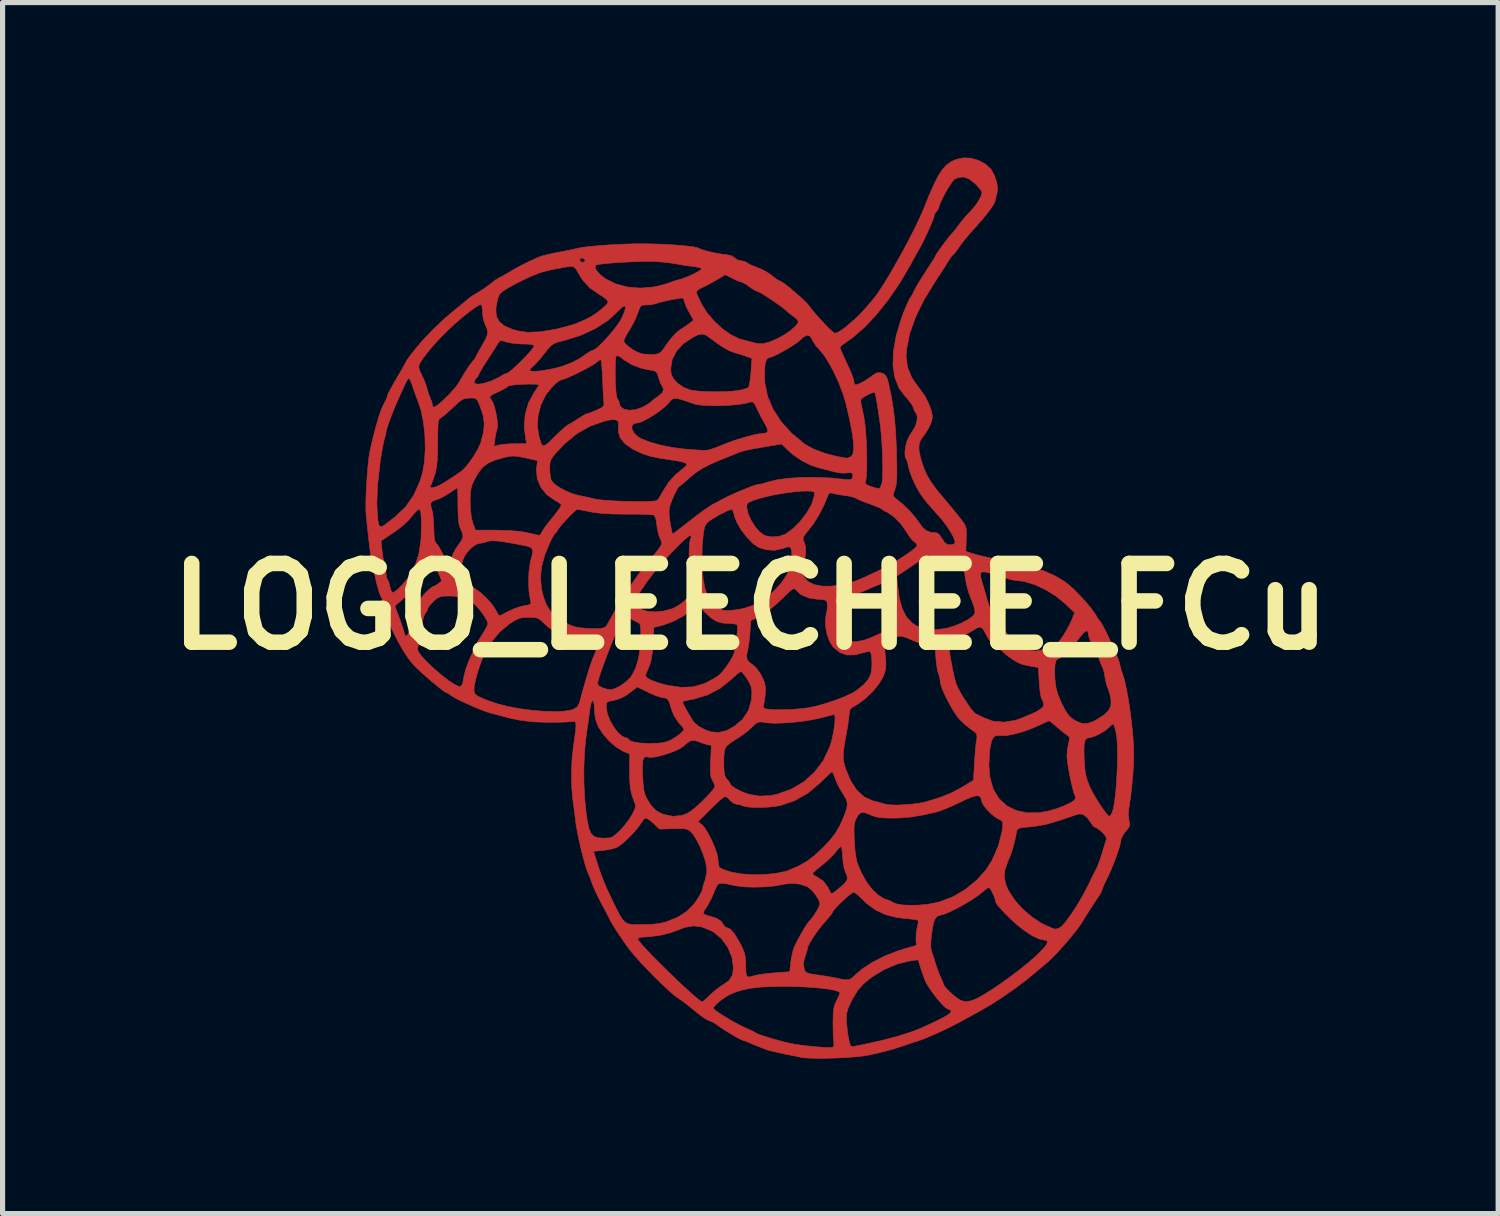
<source format=kicad_pcb>
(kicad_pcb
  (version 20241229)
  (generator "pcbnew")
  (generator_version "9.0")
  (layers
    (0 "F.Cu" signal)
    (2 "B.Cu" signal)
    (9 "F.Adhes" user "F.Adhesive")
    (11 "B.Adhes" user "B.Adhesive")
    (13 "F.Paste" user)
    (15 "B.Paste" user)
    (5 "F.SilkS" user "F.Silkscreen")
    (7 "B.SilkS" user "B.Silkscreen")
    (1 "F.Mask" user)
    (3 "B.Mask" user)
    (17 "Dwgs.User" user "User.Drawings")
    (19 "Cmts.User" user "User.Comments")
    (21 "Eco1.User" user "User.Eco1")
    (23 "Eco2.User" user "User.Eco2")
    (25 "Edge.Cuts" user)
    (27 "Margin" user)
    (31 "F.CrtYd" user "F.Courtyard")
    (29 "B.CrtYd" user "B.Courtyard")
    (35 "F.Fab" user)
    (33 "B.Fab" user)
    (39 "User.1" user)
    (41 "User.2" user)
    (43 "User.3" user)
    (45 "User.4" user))
  (footprint "LOGO_LEECHEE_FCu"
    (layer "F.Cu")
    (at 11.474 8.69)
    (property "Reference" "LOGO_LEECHEE_FCu" (at 0 0 0) (layer "F.SilkS") (effects (font (size 1.524 1.524) (thickness 0.3))))
    (attr through_hole)
    (fp_poly (pts (xy 4.271 -8.679) (xy 4.418 -8.635) (xy 4.552 -8.562) (xy 4.652 -8.469) (xy 4.658 -8.462) (xy 4.726 -8.339) (xy 4.77 -8.203) (xy 4.784 -8.078) (xy 4.777 -8.023) (xy 4.754 -7.929) (xy 4.738 -7.855) (xy 4.706 -7.782) (xy 4.632 -7.673) (xy 4.52 -7.531) (xy 4.373 -7.36) (xy 4.285 -7.263) (xy 4.193 -7.157) (xy 4.103 -7.045) (xy 4.039 -6.958) (xy 3.984 -6.88) (xy 3.939 -6.825) (xy 3.921 -6.808) (xy 3.892 -6.779) (xy 3.848 -6.714) (xy 3.823 -6.674) (xy 3.774 -6.594) (xy 3.703 -6.483) (xy 3.622 -6.359) (xy 3.579 -6.294) (xy 3.363 -5.941) (xy 3.197 -5.605) (xy 3.084 -5.287) (xy 3.024 -4.992) (xy 3.014 -4.84) (xy 3.041 -4.633) (xy 3.125 -4.428) (xy 3.265 -4.229) (xy 3.28 -4.212) (xy 3.381 -4.07) (xy 3.462 -3.901) (xy 3.47 -3.88) (xy 3.505 -3.771) (xy 3.521 -3.697) (xy 3.518 -3.636) (xy 3.499 -3.565) (xy 3.496 -3.555) (xy 3.449 -3.452) (xy 3.382 -3.344) (xy 3.355 -3.309) (xy 3.294 -3.222) (xy 3.264 -3.134) (xy 3.262 -3.03) (xy 3.289 -2.896) (xy 3.318 -2.799) (xy 3.367 -2.655) (xy 3.425 -2.529) (xy 3.499 -2.405) (xy 3.599 -2.269) (xy 3.733 -2.107) (xy 3.738 -2.101) (xy 3.842 -1.978) (xy 3.944 -1.855) (xy 4.031 -1.747) (xy 4.074 -1.692) (xy 4.131 -1.614) (xy 4.164 -1.554) (xy 4.18 -1.491) (xy 4.182 -1.404) (xy 4.179 -1.306) (xy 4.17 -1.07) (xy 4.274 -1.034) (xy 4.362 -1.008) (xy 4.478 -0.979) (xy 4.557 -0.961) (xy 4.684 -0.932) (xy 4.812 -0.899) (xy 4.875 -0.88) (xy 4.975 -0.854) (xy 5.063 -0.838) (xy 5.09 -0.837) (xy 5.176 -0.826) (xy 5.25 -0.805) (xy 5.328 -0.78) (xy 5.435 -0.755) (xy 5.497 -0.742) (xy 5.68 -0.69) (xy 5.878 -0.604) (xy 6.064 -0.495) (xy 6.165 -0.42) (xy 6.265 -0.329) (xy 6.377 -0.216) (xy 6.489 -0.093) (xy 6.587 0.025) (xy 6.66 0.124) (xy 6.685 0.164) (xy 6.724 0.23) (xy 6.756 0.27) (xy 6.758 0.271) (xy 6.785 0.307) (xy 6.83 0.387) (xy 6.887 0.497) (xy 6.949 0.625) (xy 7.01 0.759) (xy 7.067 0.887) (xy 7.111 0.997) (xy 7.138 1.075) (xy 7.141 1.087) (xy 7.167 1.191) (xy 7.196 1.284) (xy 7.203 1.303) (xy 7.241 1.428) (xy 7.279 1.601) (xy 7.317 1.808) (xy 7.351 2.035) (xy 7.38 2.272) (xy 7.403 2.503) (xy 7.417 2.717) (xy 7.42 2.839) (xy 7.417 3.025) (xy 7.403 3.246) (xy 7.382 3.48) (xy 7.356 3.703) (xy 7.327 3.893) (xy 7.323 3.91) (xy 7.314 4.044) (xy 7.329 4.14) (xy 7.344 4.206) (xy 7.334 4.258) (xy 7.291 4.318) (xy 7.266 4.347) (xy 7.209 4.425) (xy 7.176 4.497) (xy 7.172 4.521) (xy 7.16 4.59) (xy 7.129 4.698) (xy 7.084 4.832) (xy 7.029 4.976) (xy 6.972 5.116) (xy 6.916 5.237) (xy 6.902 5.263) (xy 6.856 5.356) (xy 6.824 5.431) (xy 6.813 5.466) (xy 6.798 5.513) (xy 6.76 5.579) (xy 6.758 5.582) (xy 6.701 5.667) (xy 6.634 5.769) (xy 6.567 5.872) (xy 6.508 5.964) (xy 6.468 6.029) (xy 6.455 6.051) (xy 6.399 6.142) (xy 6.311 6.263) (xy 6.2 6.401) (xy 6.077 6.546) (xy 5.952 6.684) (xy 5.836 6.804) (xy 5.738 6.895) (xy 5.728 6.903) (xy 5.648 6.969) (xy 5.554 7.049) (xy 5.514 7.083) (xy 5.33 7.235) (xy 5.111 7.398) (xy 4.876 7.561) (xy 4.645 7.71) (xy 4.438 7.83) (xy 4.438 7.83) (xy 4.308 7.901) (xy 4.177 7.972) (xy 4.07 8.031) (xy 4.049 8.043) (xy 3.837 8.153) (xy 3.611 8.258) (xy 3.556 8.282) (xy 3.472 8.318) (xy 3.392 8.353) (xy 3.309 8.385) (xy 3.242 8.407) (xy 3.183 8.425) (xy 3.09 8.456) (xy 3.009 8.485) (xy 2.765 8.564) (xy 2.489 8.637) (xy 2.271 8.684) (xy 2.151 8.703) (xy 1.993 8.718) (xy 1.812 8.731) (xy 1.618 8.739) (xy 1.427 8.744) (xy 1.251 8.744) (xy 1.104 8.739) (xy 0.997 8.729) (xy 0.971 8.723) (xy 0.869 8.701) (xy 0.746 8.677) (xy 0.687 8.667) (xy 0.341 8.587) (xy 0.057 8.476) (xy -0.036 8.434) (xy -0.108 8.406) (xy -0.139 8.397) (xy -0.179 8.382) (xy -0.254 8.343) (xy -0.35 8.288) (xy -0.453 8.226) (xy -0.548 8.166) (xy -0.62 8.116) (xy -0.642 8.098) (xy -0.72 8.047) (xy -0.777 8.023) (xy -0.828 8.003) (xy -0.887 7.969) (xy -0.964 7.914) (xy -1.069 7.831) (xy -1.139 7.773) (xy -0.717 7.773) (xy -0.693 7.802) (xy -0.627 7.852) (xy -0.532 7.915) (xy -0.419 7.984) (xy -0.3 8.052) (xy -0.187 8.111) (xy -0.12 8.142) (xy -0.021 8.187) (xy 0.053 8.223) (xy 0.089 8.245) (xy 0.09 8.246) (xy 0.126 8.265) (xy 0.207 8.295) (xy 0.318 8.331) (xy 0.446 8.37) (xy 0.579 8.407) (xy 0.701 8.439) (xy 0.799 8.461) (xy 0.807 8.462) (xy 0.938 8.483) (xy 1.092 8.502) (xy 1.25 8.519) (xy 1.395 8.53) (xy 1.507 8.535) (xy 1.539 8.535) (xy 1.601 8.527) (xy 1.619 8.495) (xy 1.614 8.442) (xy 1.607 8.373) (xy 1.602 8.263) (xy 1.6 8.13) (xy 1.599 8.053) (xy 1.601 7.968) (xy 1.857 7.968) (xy 1.862 8.061) (xy 1.883 8.267) (xy 1.915 8.431) (xy 1.929 8.479) (xy 1.941 8.503) (xy 1.966 8.514) (xy 2.017 8.51) (xy 2.108 8.493) (xy 2.157 8.483) (xy 2.532 8.4) (xy 2.85 8.317) (xy 3.115 8.233) (xy 3.317 8.153) (xy 3.528 8.056) (xy 3.687 7.978) (xy 3.797 7.917) (xy 3.862 7.87) (xy 3.884 7.834) (xy 3.868 7.808) (xy 3.817 7.789) (xy 3.77 7.757) (xy 3.7 7.688) (xy 3.618 7.593) (xy 3.535 7.486) (xy 3.46 7.379) (xy 3.403 7.284) (xy 3.4 7.276) (xy 3.366 7.198) (xy 3.327 7.089) (xy 3.301 7.012) (xy 3.247 6.837) (xy 3.1 6.856) (xy 2.851 6.915) (xy 2.596 7.022) (xy 2.351 7.17) (xy 2.343 7.176) (xy 2.19 7.301) (xy 2.072 7.435) (xy 1.973 7.599) (xy 1.937 7.671) (xy 1.888 7.783) (xy 1.863 7.873) (xy 1.857 7.968) (xy 1.601 7.968) (xy 1.602 7.905) (xy 1.61 7.799) (xy 1.628 7.719) (xy 1.656 7.649) (xy 1.667 7.629) (xy 1.706 7.549) (xy 1.73 7.49) (xy 1.733 7.476) (xy 1.705 7.45) (xy 1.625 7.426) (xy 1.501 7.403) (xy 1.343 7.384) (xy 1.157 7.368) (xy 0.953 7.357) (xy 0.738 7.352) (xy 0.668 7.351) (xy 0.402 7.355) (xy 0.185 7.366) (xy 0.005 7.387) (xy -0.149 7.418) (xy -0.287 7.462) (xy -0.388 7.504) (xy -0.475 7.552) (xy -0.565 7.615) (xy -0.646 7.682) (xy -0.701 7.74) (xy -0.717 7.773) (xy -1.139 7.773) (xy -1.156 7.759) (xy -1.254 7.682) (xy -1.354 7.609) (xy -1.404 7.576) (xy -1.485 7.515) (xy -1.595 7.418) (xy -1.726 7.296) (xy -1.867 7.156) (xy -2.01 7.01) (xy -2.144 6.866) (xy -2.261 6.734) (xy -2.35 6.623) (xy -2.365 6.604) (xy -2.458 6.473) (xy -2.485 6.432) (xy -2.181 6.432) (xy -2.16 6.47) (xy -2.101 6.541) (xy -2.012 6.639) (xy -1.899 6.758) (xy -1.768 6.89) (xy -1.628 7.029) (xy -1.484 7.169) (xy -1.343 7.303) (xy -1.213 7.423) (xy -1.099 7.525) (xy -1.009 7.6) (xy -0.95 7.643) (xy -0.932 7.65) (xy -0.902 7.63) (xy -0.844 7.578) (xy -0.783 7.519) (xy -0.688 7.433) (xy -0.584 7.355) (xy -0.528 7.32) (xy -0.411 7.236) (xy -0.347 7.127) (xy -0.329 6.994) (xy -0.357 6.791) (xy -0.436 6.598) (xy -0.557 6.43) (xy -0.713 6.3) (xy -0.754 6.277) (xy -0.935 6.202) (xy -1.104 6.18) (xy -1.274 6.211) (xy -1.375 6.251) (xy -1.544 6.313) (xy -1.744 6.362) (xy -1.948 6.39) (xy -2.057 6.395) (xy -2.144 6.403) (xy -2.18 6.427) (xy -2.181 6.432) (xy -2.485 6.432) (xy -2.548 6.341) (xy -2.627 6.219) (xy -2.687 6.121) (xy -2.721 6.057) (xy -2.723 6.051) (xy -2.742 6.013) (xy -2.782 5.936) (xy -2.837 5.833) (xy -2.873 5.767) (xy -2.941 5.636) (xy -3.003 5.506) (xy -3.05 5.396) (xy -3.062 5.364) (xy -3.097 5.267) (xy -3.13 5.186) (xy -3.143 5.158) (xy -3.17 5.09) (xy -3.204 4.978) (xy -3.242 4.835) (xy -3.267 4.736) (xy -3.037 4.736) (xy -2.952 5.004) (xy -2.902 5.153) (xy -2.843 5.308) (xy -2.787 5.441) (xy -2.775 5.467) (xy -2.676 5.677) (xy -2.598 5.838) (xy -2.536 5.959) (xy -2.483 6.045) (xy -2.433 6.101) (xy -2.382 6.134) (xy -2.322 6.15) (xy -2.247 6.155) (xy -2.153 6.155) (xy -2.098 6.155) (xy -1.918 6.151) (xy -1.776 6.136) (xy -1.654 6.109) (xy -1.611 6.095) (xy -1.397 6.007) (xy -1.254 5.914) (xy -0.909 5.914) (xy -0.9 5.953) (xy -0.84 5.979) (xy -0.788 5.99) (xy -0.66 6.03) (xy -0.566 6.092) (xy -0.522 6.158) (xy -0.483 6.206) (xy -0.448 6.216) (xy -0.387 6.244) (xy -0.312 6.33) (xy -0.224 6.473) (xy -0.172 6.57) (xy -0.125 6.676) (xy -0.1 6.775) (xy -0.09 6.895) (xy -0.09 6.952) (xy -0.087 7.072) (xy -0.076 7.141) (xy -0.046 7.169) (xy 0.009 7.164) (xy 0.078 7.142) (xy 0.145 7.127) (xy 0.253 7.111) (xy 0.386 7.096) (xy 0.463 7.09) (xy 0.762 7.067) (xy 0.778 6.903) (xy 0.78 6.889) (xy 1.028 6.889) (xy 1.038 6.994) (xy 1.053 7.044) (xy 1.074 7.076) (xy 1.116 7.097) (xy 1.19 7.113) (xy 1.31 7.131) (xy 1.317 7.132) (xy 1.451 7.152) (xy 1.578 7.174) (xy 1.674 7.193) (xy 1.688 7.196) (xy 1.81 7.221) (xy 1.892 7.223) (xy 1.952 7.2) (xy 2.004 7.153) (xy 2.158 7.017) (xy 2.359 6.886) (xy 2.594 6.766) (xy 2.849 6.666) (xy 2.976 6.626) (xy 3.157 6.574) (xy 3.491 6.574) (xy 3.498 6.647) (xy 3.5 6.653) (xy 3.519 6.709) (xy 3.549 6.802) (xy 3.581 6.903) (xy 3.619 7.018) (xy 3.659 7.124) (xy 3.688 7.187) (xy 3.72 7.257) (xy 3.735 7.306) (xy 3.735 7.307) (xy 3.757 7.349) (xy 3.812 7.412) (xy 3.887 7.484) (xy 3.966 7.552) (xy 4.036 7.602) (xy 4.064 7.617) (xy 4.134 7.641) (xy 4.192 7.645) (xy 4.266 7.63) (xy 4.303 7.62) (xy 4.393 7.581) (xy 4.52 7.511) (xy 4.672 7.415) (xy 4.842 7.3) (xy 5.02 7.172) (xy 5.196 7.039) (xy 5.361 6.907) (xy 5.505 6.782) (xy 5.549 6.741) (xy 5.664 6.626) (xy 5.732 6.543) (xy 5.753 6.488) (xy 5.729 6.46) (xy 5.686 6.455) (xy 5.585 6.433) (xy 5.456 6.371) (xy 5.309 6.276) (xy 5.153 6.153) (xy 5.012 6.023) (xy 4.911 5.921) (xy 4.829 5.832) (xy 4.773 5.765) (xy 4.751 5.73) (xy 4.751 5.729) (xy 4.74 5.672) (xy 4.711 5.594) (xy 4.674 5.516) (xy 4.639 5.458) (xy 4.617 5.439) (xy 4.576 5.457) (xy 4.517 5.503) (xy 4.507 5.512) (xy 4.413 5.588) (xy 4.29 5.672) (xy 4.149 5.757) (xy 4.003 5.837) (xy 3.866 5.905) (xy 3.749 5.954) (xy 3.666 5.976) (xy 3.655 5.976) (xy 3.612 5.999) (xy 3.573 6.044) (xy 3.549 6.108) (xy 3.526 6.212) (xy 3.507 6.337) (xy 3.494 6.464) (xy 3.491 6.574) (xy 3.157 6.574) (xy 3.212 6.558) (xy 3.205 6.441) (xy 3.209 6.33) (xy 3.227 6.216) (xy 3.23 6.207) (xy 3.246 6.13) (xy 3.247 6.08) (xy 3.244 6.073) (xy 3.206 6.061) (xy 3.132 6.051) (xy 3.1 6.048) (xy 2.838 6.019) (xy 2.618 5.963) (xy 2.429 5.877) (xy 2.258 5.753) (xy 2.159 5.659) (xy 2.086 5.59) (xy 2.028 5.542) (xy 2 5.528) (xy 1.96 5.548) (xy 1.893 5.6) (xy 1.811 5.673) (xy 1.726 5.754) (xy 1.652 5.831) (xy 1.6 5.893) (xy 1.584 5.925) (xy 1.565 5.958) (xy 1.515 6.02) (xy 1.453 6.09) (xy 1.373 6.183) (xy 1.29 6.292) (xy 1.214 6.403) (xy 1.152 6.503) (xy 1.114 6.579) (xy 1.106 6.609) (xy 1.096 6.659) (xy 1.07 6.738) (xy 1.059 6.77) (xy 1.028 6.889) (xy 0.78 6.889) (xy 0.796 6.783) (xy 0.823 6.665) (xy 0.837 6.619) (xy 0.869 6.546) (xy 0.919 6.448) (xy 0.978 6.339) (xy 1.038 6.235) (xy 1.091 6.15) (xy 1.128 6.101) (xy 1.133 6.096) (xy 1.179 6.047) (xy 1.234 5.969) (xy 1.289 5.882) (xy 1.329 5.804) (xy 1.345 5.756) (xy 1.324 5.681) (xy 1.27 5.59) (xy 1.198 5.501) (xy 1.122 5.434) (xy 1.101 5.421) (xy 0.958 5.373) (xy 0.795 5.357) (xy 0.643 5.375) (xy 0.641 5.375) (xy 0.484 5.406) (xy 0.29 5.425) (xy 0.081 5.431) (xy -0.118 5.425) (xy -0.288 5.404) (xy -0.32 5.398) (xy -0.456 5.368) (xy -0.546 5.355) (xy -0.602 5.36) (xy -0.637 5.385) (xy -0.663 5.434) (xy -0.674 5.461) (xy -0.752 5.641) (xy -0.829 5.787) (xy -0.873 5.853) (xy -0.909 5.914) (xy -1.254 5.914) (xy -1.229 5.898) (xy -1.094 5.76) (xy -1.044 5.69) (xy -0.985 5.595) (xy -0.943 5.515) (xy -0.926 5.465) (xy -0.926 5.465) (xy -0.915 5.407) (xy -0.888 5.324) (xy -0.878 5.301) (xy -0.843 5.14) (xy -0.846 5.047) (xy -0.873 4.923) (xy -0.921 4.777) (xy -0.983 4.63) (xy -1.051 4.497) (xy -1.117 4.399) (xy -1.139 4.375) (xy -1.183 4.335) (xy -1.227 4.311) (xy -1.284 4.299) (xy -1.371 4.297) (xy -1.492 4.299) (xy -1.759 4.307) (xy -1.872 4.2) (xy -1.917 4.162) (xy -1.013 4.162) (xy -0.94 4.22) (xy -0.883 4.285) (xy -0.817 4.391) (xy -0.751 4.52) (xy -0.692 4.655) (xy -0.648 4.78) (xy -0.628 4.877) (xy -0.627 4.891) (xy -0.62 4.977) (xy -0.604 5.04) (xy -0.601 5.046) (xy -0.561 5.073) (xy -0.479 5.105) (xy -0.372 5.138) (xy -0.355 5.142) (xy -0.167 5.175) (xy 0.048 5.189) (xy 0.27 5.186) (xy 0.475 5.167) (xy 1.202 5.167) (xy 1.22 5.194) (xy 1.276 5.226) (xy 1.281 5.228) (xy 1.41 5.312) (xy 1.503 5.435) (xy 1.521 5.476) (xy 1.549 5.535) (xy 1.571 5.558) (xy 1.602 5.54) (xy 1.665 5.494) (xy 1.736 5.436) (xy 1.825 5.356) (xy 1.87 5.294) (xy 1.876 5.234) (xy 1.849 5.161) (xy 1.839 5.143) (xy 1.815 5.069) (xy 1.795 4.96) (xy 1.786 4.861) (xy 1.778 4.758) (xy 1.768 4.681) (xy 1.758 4.646) (xy 1.732 4.658) (xy 1.685 4.707) (xy 1.652 4.749) (xy 1.582 4.829) (xy 1.485 4.923) (xy 1.387 5.005) (xy 1.301 5.075) (xy 1.235 5.132) (xy 1.203 5.165) (xy 1.202 5.167) (xy 0.475 5.167) (xy 0.482 5.166) (xy 0.663 5.13) (xy 0.725 5.11) (xy 0.923 5.027) (xy 1.09 4.932) (xy 1.247 4.813) (xy 1.406 4.664) (xy 1.547 4.514) (xy 1.652 4.377) (xy 1.687 4.316) (xy 2.005 4.316) (xy 2.008 4.437) (xy 2.014 4.561) (xy 2.025 4.719) (xy 2.039 4.836) (xy 2.06 4.932) (xy 2.093 5.026) (xy 2.142 5.138) (xy 2.148 5.15) (xy 2.241 5.32) (xy 2.352 5.468) (xy 2.47 5.582) (xy 2.586 5.654) (xy 2.627 5.668) (xy 2.703 5.694) (xy 2.746 5.719) (xy 2.825 5.754) (xy 2.949 5.775) (xy 3.104 5.782) (xy 3.277 5.777) (xy 3.454 5.758) (xy 3.621 5.726) (xy 3.676 5.711) (xy 3.927 5.613) (xy 4.167 5.47) (xy 4.384 5.292) (xy 4.429 5.241) (xy 4.913 5.241) (xy 4.947 5.388) (xy 4.991 5.488) (xy 5.108 5.672) (xy 5.264 5.849) (xy 5.448 6.007) (xy 5.643 6.136) (xy 5.838 6.224) (xy 5.907 6.244) (xy 5.936 6.236) (xy 5.983 6.219) (xy 6.034 6.179) (xy 6.106 6.096) (xy 6.192 5.979) (xy 6.286 5.839) (xy 6.381 5.684) (xy 6.471 5.524) (xy 6.545 5.379) (xy 6.597 5.272) (xy 6.65 5.163) (xy 6.696 5.073) (xy 6.715 5.035) (xy 6.738 4.978) (xy 6.772 4.883) (xy 6.808 4.769) (xy 6.814 4.751) (xy 6.847 4.64) (xy 6.875 4.55) (xy 6.892 4.498) (xy 6.894 4.493) (xy 6.881 4.455) (xy 6.836 4.397) (xy 6.775 4.337) (xy 6.714 4.291) (xy 6.672 4.273) (xy 6.634 4.249) (xy 6.593 4.191) (xy 6.593 4.191) (xy 6.519 4.083) (xy 6.438 4.022) (xy 6.359 4.014) (xy 6.302 4.031) (xy 6.205 4.063) (xy 6.083 4.105) (xy 5.989 4.137) (xy 5.727 4.215) (xy 5.485 4.257) (xy 5.428 4.262) (xy 5.302 4.273) (xy 5.223 4.285) (xy 5.18 4.302) (xy 5.161 4.328) (xy 5.156 4.345) (xy 5.116 4.531) (xy 5.079 4.676) (xy 5.039 4.797) (xy 4.992 4.914) (xy 4.984 4.931) (xy 4.926 5.095) (xy 4.913 5.241) (xy 4.429 5.241) (xy 4.564 5.09) (xy 4.674 4.917) (xy 4.799 4.631) (xy 4.87 4.352) (xy 4.881 4.279) (xy 4.886 4.197) (xy 4.873 4.153) (xy 4.833 4.127) (xy 4.818 4.121) (xy 4.74 4.076) (xy 4.651 4.003) (xy 4.568 3.917) (xy 4.505 3.835) (xy 4.476 3.77) (xy 4.461 3.704) (xy 4.428 3.668) (xy 4.37 3.662) (xy 4.281 3.687) (xy 4.152 3.741) (xy 4.059 3.786) (xy 3.923 3.85) (xy 3.793 3.907) (xy 3.687 3.95) (xy 3.631 3.968) (xy 3.346 4.034) (xy 3.094 4.075) (xy 2.855 4.093) (xy 2.757 4.094) (xy 2.604 4.092) (xy 2.493 4.083) (xy 2.409 4.065) (xy 2.333 4.036) (xy 2.32 4.03) (xy 2.215 3.988) (xy 2.141 3.989) (xy 2.086 4.036) (xy 2.045 4.109) (xy 2.022 4.166) (xy 2.009 4.231) (xy 2.005 4.316) (xy 1.687 4.316) (xy 1.735 4.232) (xy 1.812 4.055) (xy 1.825 4.022) (xy 1.865 3.905) (xy 1.877 3.819) (xy 1.859 3.742) (xy 1.809 3.649) (xy 1.78 3.606) (xy 1.716 3.498) (xy 1.662 3.386) (xy 1.639 3.324) (xy 1.611 3.248) (xy 1.588 3.203) (xy 1.581 3.197) (xy 1.554 3.217) (xy 1.495 3.271) (xy 1.414 3.348) (xy 1.357 3.405) (xy 1.12 3.606) (xy 0.86 3.754) (xy 0.602 3.845) (xy 0.488 3.867) (xy 0.349 3.881) (xy 0.201 3.888) (xy 0.059 3.887) (xy -0.059 3.878) (xy -0.137 3.861) (xy -0.145 3.857) (xy -0.224 3.83) (xy -0.27 3.825) (xy -0.334 3.803) (xy -0.394 3.75) (xy -0.446 3.698) (xy -0.49 3.676) (xy -0.49 3.676) (xy -0.525 3.696) (xy -0.592 3.75) (xy -0.68 3.831) (xy -0.77 3.919) (xy -1.013 4.162) (xy -1.917 4.162) (xy -1.943 4.14) (xy -2.003 4.101) (xy -2.025 4.094) (xy -2.064 4.118) (xy -2.109 4.177) (xy -2.116 4.189) (xy -2.173 4.273) (xy -2.26 4.375) (xy -2.362 4.481) (xy -2.464 4.575) (xy -2.553 4.642) (xy -2.585 4.661) (xy -2.665 4.687) (xy -2.775 4.709) (xy -2.856 4.72) (xy -3.037 4.736) (xy -3.267 4.736) (xy -3.282 4.675) (xy -3.319 4.511) (xy -3.35 4.358) (xy -3.373 4.229) (xy -3.379 4.184) (xy -3.397 4.033) (xy -3.418 3.87) (xy -3.435 3.75) (xy -3.458 3.504) (xy -3.463 3.229) (xy -3.458 3.098) (xy -3.223 3.098) (xy -3.222 3.418) (xy -3.206 3.734) (xy -3.18 3.988) (xy -3.153 4.171) (xy -3.122 4.304) (xy -3.082 4.393) (xy -3.028 4.447) (xy -2.953 4.474) (xy -2.851 4.482) (xy -2.83 4.482) (xy -2.743 4.479) (xy -2.679 4.463) (xy -2.619 4.423) (xy -2.541 4.351) (xy -2.53 4.34) (xy -2.436 4.236) (xy -2.345 4.115) (xy -2.296 4.036) (xy -2.248 3.945) (xy -2.226 3.885) (xy -2.227 3.835) (xy -2.248 3.775) (xy -2.252 3.767) (xy -2.297 3.636) (xy -2.326 3.495) (xy -2.339 3.325) (xy -2.34 3.137) (xy -2.339 3.067) (xy -2.09 3.067) (xy -2.088 3.208) (xy -2.085 3.28) (xy -2.076 3.433) (xy -2.064 3.542) (xy -2.046 3.623) (xy -2.018 3.691) (xy -1.991 3.742) (xy -1.909 3.865) (xy -1.828 3.946) (xy -1.73 4.002) (xy -1.683 4.021) (xy -1.496 4.06) (xy -1.318 4.04) (xy -1.217 4) (xy -1.145 3.954) (xy -1.055 3.881) (xy -0.956 3.791) (xy -0.859 3.695) (xy -0.775 3.605) (xy -0.714 3.529) (xy -0.688 3.48) (xy -0.687 3.476) (xy -0.703 3.422) (xy -0.736 3.36) (xy -0.759 3.313) (xy -0.772 3.249) (xy -0.776 3.156) (xy -0.772 3.035) (xy -0.516 3.035) (xy -0.516 3.039) (xy -0.511 3.168) (xy -0.5 3.252) (xy -0.48 3.307) (xy -0.45 3.345) (xy -0.405 3.398) (xy -0.388 3.434) (xy -0.363 3.468) (xy -0.296 3.515) (xy -0.204 3.564) (xy -0.101 3.609) (xy -0.03 3.632) (xy 0.174 3.668) (xy 0.384 3.658) (xy 0.508 3.634) (xy 0.785 3.538) (xy 1.031 3.393) (xy 1.243 3.204) (xy 1.413 2.975) (xy 1.448 2.901) (xy 1.796 2.901) (xy 1.804 2.992) (xy 1.825 3.081) (xy 1.84 3.129) (xy 1.938 3.369) (xy 2.058 3.553) (xy 2.2 3.682) (xy 2.364 3.758) (xy 2.378 3.762) (xy 2.485 3.789) (xy 2.583 3.816) (xy 2.615 3.825) (xy 2.702 3.838) (xy 2.831 3.842) (xy 2.983 3.836) (xy 3.14 3.823) (xy 3.285 3.803) (xy 3.384 3.782) (xy 3.656 3.699) (xy 3.886 3.608) (xy 4.089 3.501) (xy 4.112 3.487) (xy 4.318 3.36) (xy 4.334 3.079) (xy 4.616 3.079) (xy 4.636 3.305) (xy 4.69 3.502) (xy 4.708 3.546) (xy 4.815 3.721) (xy 4.962 3.856) (xy 5.144 3.947) (xy 5.354 3.992) (xy 5.588 3.99) (xy 5.753 3.961) (xy 5.915 3.915) (xy 6.07 3.857) (xy 6.198 3.796) (xy 6.257 3.758) (xy 6.295 3.714) (xy 6.283 3.66) (xy 6.281 3.656) (xy 6.256 3.59) (xy 6.228 3.482) (xy 6.197 3.347) (xy 6.169 3.203) (xy 6.145 3.064) (xy 6.13 2.949) (xy 6.126 2.886) (xy 6.133 2.796) (xy 6.456 2.796) (xy 6.461 2.97) (xy 6.462 2.982) (xy 6.472 3.136) (xy 6.49 3.255) (xy 6.52 3.363) (xy 6.569 3.486) (xy 6.577 3.504) (xy 6.625 3.6) (xy 6.688 3.71) (xy 6.759 3.823) (xy 6.829 3.926) (xy 6.891 4.008) (xy 6.936 4.056) (xy 6.951 4.064) (xy 6.97 4.041) (xy 6.997 3.997) (xy 7.022 3.919) (xy 7.046 3.793) (xy 7.066 3.63) (xy 7.083 3.442) (xy 7.095 3.24) (xy 7.103 3.036) (xy 7.105 2.84) (xy 7.101 2.665) (xy 7.091 2.522) (xy 7.078 2.444) (xy 7.055 2.352) (xy 7.034 2.289) (xy 7.021 2.271) (xy 6.99 2.291) (xy 6.94 2.339) (xy 6.934 2.344) (xy 6.857 2.407) (xy 6.753 2.468) (xy 6.646 2.516) (xy 6.558 2.539) (xy 6.545 2.54) (xy 6.504 2.552) (xy 6.476 2.594) (xy 6.46 2.673) (xy 6.456 2.796) (xy 6.133 2.796) (xy 6.135 2.771) (xy 6.157 2.655) (xy 6.159 2.645) (xy 6.177 2.566) (xy 6.171 2.523) (xy 6.14 2.496) (xy 6.14 2.496) (xy 6.09 2.461) (xy 6.013 2.4) (xy 5.941 2.338) (xy 5.864 2.273) (xy 5.807 2.227) (xy 5.782 2.211) (xy 5.751 2.223) (xy 5.68 2.255) (xy 5.582 2.3) (xy 5.552 2.314) (xy 5.399 2.378) (xy 5.237 2.433) (xy 5.082 2.473) (xy 4.948 2.497) (xy 4.851 2.498) (xy 4.842 2.497) (xy 4.764 2.494) (xy 4.707 2.527) (xy 4.667 2.603) (xy 4.64 2.729) (xy 4.629 2.815) (xy 4.616 3.079) (xy 4.334 3.079) (xy 4.336 3.032) (xy 4.346 2.884) (xy 4.357 2.745) (xy 4.369 2.634) (xy 4.376 2.584) (xy 4.386 2.515) (xy 4.378 2.469) (xy 4.341 2.427) (xy 4.266 2.373) (xy 4.254 2.364) (xy 4.15 2.282) (xy 4.051 2.184) (xy 4.01 2.136) (xy 3.936 2.028) (xy 3.86 1.898) (xy 3.788 1.762) (xy 3.729 1.632) (xy 3.689 1.525) (xy 3.676 1.457) (xy 3.664 1.37) (xy 3.644 1.311) (xy 3.626 1.254) (xy 3.608 1.156) (xy 3.594 1.036) (xy 3.591 1.007) (xy 3.571 0.763) (xy 3.43 0.743) (xy 3.322 0.718) (xy 3.287 0.706) (xy 3.84 0.706) (xy 3.849 0.824) (xy 3.863 0.939) (xy 3.888 1.085) (xy 3.919 1.241) (xy 3.951 1.384) (xy 3.981 1.491) (xy 3.982 1.494) (xy 4.017 1.574) (xy 4.073 1.677) (xy 4.142 1.79) (xy 4.214 1.9) (xy 4.281 1.993) (xy 4.335 2.056) (xy 4.36 2.075) (xy 4.419 2.102) (xy 4.495 2.141) (xy 4.497 2.143) (xy 4.693 2.217) (xy 4.905 2.237) (xy 5.126 2.202) (xy 5.223 2.169) (xy 5.406 2.094) (xy 5.538 2.032) (xy 5.623 1.979) (xy 5.668 1.932) (xy 5.678 1.898) (xy 5.662 1.83) (xy 5.642 1.8) (xy 5.626 1.756) (xy 5.609 1.667) (xy 5.596 1.549) (xy 5.59 1.473) (xy 5.578 1.259) (xy 5.889 1.259) (xy 5.894 1.402) (xy 5.912 1.555) (xy 5.947 1.689) (xy 6.007 1.836) (xy 6.017 1.856) (xy 6.085 1.992) (xy 6.144 2.085) (xy 6.207 2.152) (xy 6.284 2.204) (xy 6.32 2.224) (xy 6.424 2.263) (xy 6.525 2.262) (xy 6.641 2.221) (xy 6.713 2.182) (xy 6.85 2.093) (xy 6.936 2.007) (xy 6.977 1.915) (xy 6.979 1.807) (xy 6.977 1.794) (xy 6.956 1.692) (xy 6.928 1.604) (xy 6.919 1.584) (xy 6.892 1.509) (xy 6.869 1.406) (xy 6.862 1.363) (xy 6.846 1.27) (xy 6.827 1.202) (xy 6.818 1.183) (xy 6.795 1.138) (xy 6.764 1.056) (xy 6.743 0.994) (xy 6.699 0.88) (xy 6.644 0.77) (xy 6.619 0.729) (xy 6.572 0.645) (xy 6.546 0.569) (xy 6.544 0.55) (xy 6.533 0.483) (xy 6.499 0.47) (xy 6.444 0.513) (xy 6.382 0.589) (xy 6.312 0.678) (xy 6.226 0.774) (xy 6.135 0.867) (xy 6.051 0.945) (xy 5.985 0.998) (xy 5.948 1.016) (xy 5.915 1.044) (xy 5.895 1.127) (xy 5.889 1.259) (xy 5.578 1.259) (xy 5.573 1.181) (xy 5.384 1.147) (xy 5.278 1.124) (xy 5.189 1.09) (xy 5.097 1.038) (xy 4.983 0.957) (xy 4.964 0.943) (xy 4.921 0.906) (xy 4.852 0.843) (xy 4.791 0.784) (xy 4.718 0.717) (xy 4.661 0.671) (xy 4.636 0.657) (xy 4.611 0.633) (xy 4.576 0.57) (xy 4.56 0.536) (xy 4.504 0.437) (xy 4.448 0.396) (xy 4.388 0.411) (xy 4.375 0.42) (xy 4.329 0.451) (xy 4.243 0.499) (xy 4.135 0.557) (xy 4.084 0.583) (xy 3.84 0.706) (xy 3.287 0.706) (xy 3.195 0.676) (xy 3.12 0.645) (xy 2.995 0.593) (xy 2.908 0.571) (xy 2.85 0.578) (xy 2.819 0.599) (xy 2.773 0.633) (xy 2.699 0.675) (xy 2.686 0.681) (xy 2.617 0.725) (xy 2.594 0.773) (xy 2.595 0.807) (xy 2.615 0.975) (xy 2.623 1.1) (xy 2.618 1.196) (xy 2.599 1.279) (xy 2.566 1.363) (xy 2.557 1.382) (xy 2.474 1.516) (xy 2.354 1.658) (xy 2.214 1.789) (xy 2.072 1.893) (xy 2.029 1.918) (xy 1.953 1.964) (xy 1.92 2.012) (xy 1.912 2.072) (xy 1.907 2.141) (xy 1.892 2.251) (xy 1.87 2.385) (xy 1.853 2.48) (xy 1.82 2.66) (xy 1.802 2.795) (xy 1.796 2.901) (xy 1.448 2.901) (xy 1.537 2.712) (xy 1.54 2.705) (xy 1.572 2.596) (xy 1.6 2.472) (xy 1.622 2.347) (xy 1.635 2.234) (xy 1.638 2.146) (xy 1.63 2.098) (xy 1.622 2.092) (xy 1.579 2.099) (xy 1.501 2.119) (xy 1.447 2.134) (xy 1.268 2.176) (xy 1.064 2.212) (xy 0.851 2.238) (xy 0.644 2.254) (xy 0.459 2.259) (xy 0.312 2.25) (xy 0.274 2.244) (xy 0.2 2.232) (xy 0.147 2.239) (xy 0.096 2.271) (xy 0.025 2.339) (xy 0.02 2.344) (xy -0.078 2.43) (xy -0.198 2.517) (xy -0.277 2.567) (xy -0.372 2.627) (xy -0.448 2.687) (xy -0.484 2.729) (xy -0.502 2.794) (xy -0.513 2.901) (xy -0.516 3.035) (xy -0.772 3.035) (xy -0.772 3.019) (xy -0.77 2.987) (xy -0.756 2.688) (xy -0.834 2.672) (xy -0.916 2.648) (xy -1.008 2.613) (xy -1.012 2.612) (xy -1.096 2.588) (xy -1.17 2.603) (xy -1.252 2.662) (xy -1.289 2.698) (xy -1.358 2.746) (xy -1.465 2.796) (xy -1.594 2.845) (xy -1.727 2.885) (xy -1.847 2.912) (xy -1.939 2.92) (xy -1.967 2.916) (xy -2.022 2.906) (xy -2.059 2.923) (xy -2.081 2.974) (xy -2.09 3.067) (xy -2.339 3.067) (xy -2.336 2.853) (xy -2.46 2.801) (xy -2.592 2.724) (xy -2.727 2.609) (xy -2.849 2.472) (xy -2.941 2.33) (xy -2.943 2.326) (xy -2.998 2.182) (xy -3.018 2.027) (xy -3.018 2) (xy -3.022 1.915) (xy -2.79 1.915) (xy -2.788 1.966) (xy -2.767 2.081) (xy -2.717 2.206) (xy -2.647 2.327) (xy -2.568 2.432) (xy -2.486 2.507) (xy -2.412 2.54) (xy -2.403 2.54) (xy -2.365 2.553) (xy -2.361 2.564) (xy -2.333 2.595) (xy -2.256 2.621) (xy -2.141 2.64) (xy -1.998 2.649) (xy -1.912 2.649) (xy -1.767 2.643) (xy -1.66 2.627) (xy -1.572 2.597) (xy -1.525 2.574) (xy -1.436 2.52) (xy -1.356 2.459) (xy -1.301 2.403) (xy -1.285 2.371) (xy -1.303 2.345) (xy -1.35 2.29) (xy -1.388 2.247) (xy -1.476 2.118) (xy -1.529 1.985) (xy -1.562 1.869) (xy -1.577 1.841) (xy -1.315 1.841) (xy -1.301 1.879) (xy -1.264 1.951) (xy -1.214 2.041) (xy -1.161 2.132) (xy -1.113 2.208) (xy -1.082 2.251) (xy -0.99 2.325) (xy -0.863 2.39) (xy -0.762 2.424) (xy -0.613 2.437) (xy -0.461 2.4) (xy -0.311 2.318) (xy -0.149 2.179) (xy -0.04 2.014) (xy 0.017 1.819) (xy 0.025 1.747) (xy 0.028 1.636) (xy 0.014 1.555) (xy -0.022 1.473) (xy -0.059 1.41) (xy -0.114 1.328) (xy -0.16 1.272) (xy -0.183 1.255) (xy -0.217 1.275) (xy -0.28 1.326) (xy -0.36 1.399) (xy -0.373 1.412) (xy -0.584 1.581) (xy -0.826 1.709) (xy -1.081 1.788) (xy -1.113 1.794) (xy -1.214 1.813) (xy -1.286 1.83) (xy -1.315 1.841) (xy -1.315 1.841) (xy -1.577 1.841) (xy -1.597 1.802) (xy -1.641 1.77) (xy -1.695 1.763) (xy -1.756 1.75) (xy -1.852 1.716) (xy -1.962 1.668) (xy -1.979 1.659) (xy -2.19 1.555) (xy -2.298 1.64) (xy -2.417 1.726) (xy -2.52 1.779) (xy -2.632 1.812) (xy -2.668 1.819) (xy -2.747 1.835) (xy -2.782 1.861) (xy -2.79 1.915) (xy -3.022 1.915) (xy -3.023 1.906) (xy -3.034 1.842) (xy -3.047 1.823) (xy -3.069 1.835) (xy -3.086 1.879) (xy -3.103 1.963) (xy -3.121 2.092) (xy -3.132 2.181) (xy -3.15 2.308) (xy -3.171 2.453) (xy -3.181 2.525) (xy -3.21 2.793) (xy -3.223 3.098) (xy -3.458 3.098) (xy -3.452 2.95) (xy -3.425 2.697) (xy -3.421 2.674) (xy -3.401 2.542) (xy -3.386 2.42) (xy -3.378 2.329) (xy -3.377 2.308) (xy -3.381 2.242) (xy -3.406 2.22) (xy -3.459 2.226) (xy -3.52 2.232) (xy -3.626 2.237) (xy -3.762 2.24) (xy -3.914 2.241) (xy -3.915 2.241) (xy -4.196 2.232) (xy -4.446 2.203) (xy -4.692 2.151) (xy -4.812 2.118) (xy -4.898 2.094) (xy -4.961 2.078) (xy -4.975 2.075) (xy -5.047 2.057) (xy -5.153 2.02) (xy -5.28 1.97) (xy -5.417 1.912) (xy -5.55 1.851) (xy -5.669 1.793) (xy -5.761 1.743) (xy -5.814 1.707) (xy -5.822 1.697) (xy -5.856 1.675) (xy -5.87 1.673) (xy -5.908 1.654) (xy -5.979 1.603) (xy -5.995 1.591) (xy -5.349 1.591) (xy -5.347 1.645) (xy -5.335 1.685) (xy -5.303 1.717) (xy -5.24 1.752) (xy -5.138 1.796) (xy -5.065 1.825) (xy -4.891 1.884) (xy -4.684 1.935) (xy -4.457 1.977) (xy -4.222 2.008) (xy -3.993 2.027) (xy -3.781 2.033) (xy -3.599 2.024) (xy -3.459 2) (xy -3.438 1.993) (xy -3.354 1.946) (xy -3.312 1.87) (xy -3.311 1.868) (xy -3.246 1.631) (xy -3.208 1.498) (xy -2.958 1.498) (xy -2.932 1.535) (xy -2.864 1.571) (xy -2.773 1.599) (xy -2.703 1.609) (xy -2.643 1.596) (xy -2.559 1.558) (xy -2.506 1.528) (xy -2.413 1.459) (xy -2.333 1.384) (xy -2.306 1.351) (xy -2.3 1.341) (xy -2.032 1.341) (xy -2.004 1.377) (xy -1.929 1.42) (xy -1.815 1.465) (xy -1.674 1.507) (xy -1.606 1.523) (xy -1.344 1.563) (xy -1.112 1.553) (xy -0.905 1.495) (xy -0.852 1.471) (xy -0.75 1.417) (xy -0.657 1.363) (xy -0.619 1.338) (xy -0.556 1.278) (xy -0.481 1.184) (xy -0.407 1.076) (xy -0.346 0.972) (xy -0.34 0.958) (xy -0.075 0.958) (xy -0.061 1.031) (xy -0.006 1.091) (xy 0.038 1.121) (xy 0.113 1.188) (xy 0.188 1.291) (xy 0.218 1.345) (xy 0.268 1.455) (xy 0.29 1.548) (xy 0.291 1.654) (xy 0.29 1.673) (xy 0.279 1.779) (xy 0.264 1.868) (xy 0.255 1.903) (xy 0.25 1.954) (xy 0.289 1.978) (xy 0.303 1.981) (xy 0.424 1.994) (xy 0.584 1.997) (xy 0.765 1.993) (xy 0.95 1.979) (xy 1.118 1.959) (xy 1.124 1.958) (xy 1.284 1.924) (xy 1.464 1.873) (xy 1.648 1.812) (xy 1.819 1.745) (xy 1.961 1.679) (xy 2.044 1.63) (xy 2.186 1.518) (xy 2.278 1.412) (xy 2.33 1.307) (xy 2.345 1.224) (xy 2.352 1.119) (xy 2.349 1.012) (xy 2.338 0.923) (xy 2.318 0.874) (xy 2.28 0.87) (xy 2.212 0.885) (xy 2.203 0.888) (xy 2.02 0.935) (xy 1.869 0.937) (xy 1.738 0.893) (xy 1.619 0.8) (xy 1.603 0.783) (xy 1.534 0.676) (xy 1.482 0.533) (xy 1.454 0.377) (xy 1.453 0.229) (xy 1.454 0.226) (xy 1.748 0.226) (xy 1.749 0.375) (xy 1.752 0.477) (xy 1.76 0.542) (xy 1.776 0.584) (xy 1.8 0.614) (xy 1.823 0.634) (xy 1.918 0.675) (xy 2.048 0.68) (xy 2.203 0.649) (xy 2.347 0.596) (xy 2.445 0.552) (xy 2.532 0.512) (xy 2.565 0.497) (xy 2.639 0.453) (xy 2.706 0.399) (xy 2.777 0.334) (xy 2.709 0.204) (xy 2.656 0.078) (xy 2.611 -0.08) (xy 2.58 -0.241) (xy 2.57 -0.364) (xy 2.565 -0.424) (xy 2.552 -0.448) (xy 2.519 -0.437) (xy 2.444 -0.407) (xy 2.343 -0.364) (xy 2.301 -0.346) (xy 2.177 -0.293) (xy 2.058 -0.247) (xy 1.967 -0.215) (xy 1.953 -0.211) (xy 1.869 -0.186) (xy 1.811 -0.16) (xy 1.776 -0.121) (xy 1.757 -0.058) (xy 1.75 0.041) (xy 1.748 0.185) (xy 1.748 0.226) (xy 1.454 0.226) (xy 1.465 0.162) (xy 1.485 0.062) (xy 1.49 -0.031) (xy 1.489 -0.047) (xy 1.48 -0.096) (xy 1.456 -0.122) (xy 1.403 -0.134) (xy 1.309 -0.14) (xy 1.13 -0.166) (xy 0.984 -0.228) (xy 0.891 -0.309) (xy 0.865 -0.338) (xy 0.84 -0.347) (xy 0.804 -0.329) (xy 0.748 -0.28) (xy 0.667 -0.203) (xy 0.49 -0.038) (xy 0.34 0.085) (xy 0.205 0.174) (xy 0.129 0.214) (xy 0.004 0.273) (xy -0.008 0.503) (xy -0.019 0.633) (xy -0.036 0.758) (xy -0.054 0.85) (xy -0.054 0.852) (xy -0.075 0.958) (xy -0.34 0.958) (xy -0.312 0.891) (xy -0.311 0.884) (xy -0.29 0.769) (xy -0.272 0.644) (xy -0.258 0.525) (xy -0.251 0.428) (xy -0.251 0.368) (xy -0.254 0.358) (xy -0.293 0.339) (xy -0.367 0.329) (xy -0.386 0.329) (xy -0.536 0.32) (xy -0.653 0.288) (xy -0.758 0.222) (xy -0.861 0.129) (xy -0.938 0.053) (xy -0.998 -0.003) (xy -1.028 -0.029) (xy -1.03 -0.03) (xy -1.055 -0.011) (xy -1.11 0.036) (xy -1.155 0.076) (xy -1.294 0.18) (xy -1.469 0.275) (xy -1.657 0.349) (xy -1.733 0.37) (xy -1.868 0.403) (xy -1.885 0.717) (xy -1.899 0.899) (xy -1.921 1.036) (xy -1.954 1.144) (xy -1.967 1.175) (xy -2.004 1.26) (xy -2.027 1.322) (xy -2.032 1.341) (xy -2.3 1.341) (xy -2.223 1.194) (xy -2.163 0.994) (xy -2.129 0.764) (xy -2.122 0.604) (xy -2.122 0.474) (xy -2.127 0.392) (xy -2.137 0.343) (xy -2.159 0.317) (xy -2.193 0.3) (xy -2.204 0.296) (xy -2.289 0.251) (xy -2.352 0.203) (xy -2.419 0.141) (xy -2.449 0.212) (xy -2.485 0.286) (xy -2.509 0.329) (xy -2.55 0.404) (xy -2.603 0.519) (xy -2.665 0.663) (xy -2.73 0.823) (xy -2.794 0.99) (xy -2.853 1.15) (xy -2.903 1.294) (xy -2.939 1.409) (xy -2.957 1.484) (xy -2.958 1.498) (xy -3.208 1.498) (xy -3.193 1.443) (xy -3.149 1.295) (xy -3.112 1.178) (xy -3.079 1.082) (xy -3.048 0.999) (xy -3.024 0.941) (xy -2.984 0.839) (xy -2.959 0.759) (xy -2.953 0.715) (xy -2.954 0.712) (xy -2.991 0.7) (xy -3.072 0.684) (xy -3.183 0.668) (xy -3.238 0.661) (xy -3.361 0.644) (xy -3.462 0.625) (xy -3.525 0.608) (xy -3.537 0.602) (xy -3.584 0.577) (xy -3.664 0.542) (xy -3.709 0.524) (xy -3.811 0.472) (xy -3.92 0.393) (xy -3.977 0.341) (xy -4.052 0.268) (xy -4.11 0.229) (xy -4.177 0.212) (xy -4.276 0.209) (xy -4.291 0.209) (xy -4.394 0.213) (xy -4.473 0.228) (xy -4.552 0.264) (xy -4.653 0.328) (xy -4.66 0.332) (xy -4.85 0.49) (xy -5.018 0.69) (xy -5.133 0.882) (xy -5.188 1.005) (xy -5.241 1.151) (xy -5.289 1.303) (xy -5.326 1.444) (xy -5.347 1.555) (xy -5.349 1.591) (xy -5.995 1.591) (xy -6.074 1.528) (xy -6.182 1.438) (xy -6.294 1.341) (xy -6.399 1.247) (xy -6.487 1.162) (xy -6.536 1.11) (xy -6.63 0.99) (xy -6.729 0.836) (xy -6.739 0.818) (xy -6.444 0.818) (xy -6.431 0.867) (xy -6.378 0.942) (xy -6.295 1.035) (xy -6.19 1.14) (xy -6.072 1.246) (xy -5.951 1.348) (xy -5.835 1.436) (xy -5.733 1.504) (xy -5.654 1.542) (xy -5.618 1.547) (xy -5.581 1.514) (xy -5.565 1.464) (xy -5.544 1.347) (xy -5.507 1.209) (xy -5.462 1.081) (xy -5.454 1.061) (xy -5.352 0.837) (xy -5.263 0.661) (xy -5.182 0.525) (xy -5.171 0.508) (xy -5.12 0.424) (xy -5.087 0.353) (xy -5.08 0.326) (xy -5.099 0.271) (xy -5.148 0.188) (xy -5.215 0.094) (xy -5.291 0.003) (xy -5.345 -0.051) (xy -5.456 -0.132) (xy -5.581 -0.181) (xy -5.739 -0.202) (xy -5.812 -0.204) (xy -5.925 -0.203) (xy -5.999 -0.192) (xy -6.056 -0.167) (xy -6.115 -0.119) (xy -6.133 -0.102) (xy -6.198 -0.035) (xy -6.238 0.022) (xy -6.245 0.043) (xy -6.263 0.094) (xy -6.274 0.104) (xy -6.306 0.151) (xy -6.338 0.251) (xy -6.37 0.397) (xy -6.396 0.553) (xy -6.414 0.666) (xy -6.431 0.762) (xy -6.444 0.818) (xy -6.739 0.818) (xy -6.828 0.662) (xy -6.92 0.478) (xy -7 0.298) (xy -7.063 0.132) (xy -7.102 -0.006) (xy -7.103 -0.011) (xy -6.881 -0.011) (xy -6.787 0.243) (xy -6.746 0.36) (xy -6.714 0.457) (xy -6.696 0.52) (xy -6.694 0.533) (xy -6.67 0.565) (xy -6.655 0.568) (xy -6.628 0.538) (xy -6.602 0.451) (xy -6.584 0.348) (xy -6.558 0.215) (xy -6.521 0.083) (xy -6.483 -0.011) (xy -6.434 -0.091) (xy -6.364 -0.181) (xy -6.286 -0.269) (xy -6.212 -0.34) (xy -6.154 -0.383) (xy -6.135 -0.389) (xy -6.096 -0.406) (xy -6.043 -0.442) (xy -5.975 -0.495) (xy -6.003 -0.565) (xy -5.639 -0.565) (xy -5.638 -0.498) (xy -5.636 -0.491) (xy -5.596 -0.453) (xy -5.574 -0.448) (xy -5.468 -0.424) (xy -5.344 -0.359) (xy -5.214 -0.263) (xy -5.089 -0.145) (xy -4.981 -0.017) (xy -4.917 0.087) (xy -4.883 0.148) (xy -4.861 0.179) (xy -4.859 0.179) (xy -4.83 0.166) (xy -4.763 0.133) (xy -4.686 0.092) (xy -4.57 0.04) (xy -4.447 -0.001) (xy -4.381 -0.016) (xy -4.296 -0.031) (xy -4.257 -0.05) (xy -4.25 -0.083) (xy -4.257 -0.116) (xy -4.285 -0.285) (xy -4.294 -0.482) (xy -4.291 -0.558) (xy -4.063 -0.558) (xy -4.043 -0.344) (xy -4.003 -0.18) (xy -3.95 -0.039) (xy -3.881 0.074) (xy -3.785 0.171) (xy -3.647 0.268) (xy -3.598 0.299) (xy -3.495 0.356) (xy -3.403 0.39) (xy -3.297 0.41) (xy -3.184 0.42) (xy -3.019 0.429) (xy -2.905 0.425) (xy -2.833 0.41) (xy -2.804 0.393) (xy -2.789 0.374) (xy -2.764 0.334) (xy -2.724 0.265) (xy -2.665 0.159) (xy -2.582 0.009) (xy -2.577 0) (xy -2.516 -0.102) (xy -2.236 -0.102) (xy -2.215 -0.045) (xy -2.185 -0.003) (xy -2.104 0.057) (xy -1.983 0.093) (xy -1.836 0.103) (xy -1.677 0.086) (xy -1.521 0.044) (xy -1.479 0.027) (xy -1.383 -0.028) (xy -1.283 -0.105) (xy -1.244 -0.14) (xy -1.177 -0.213) (xy -1.148 -0.268) (xy -1.147 -0.325) (xy -1.15 -0.343) (xy -1.164 -0.434) (xy -1.175 -0.56) (xy -1.182 -0.707) (xy -1.187 -0.862) (xy -1.187 -0.948) (xy -0.939 -0.948) (xy -0.932 -0.729) (xy -0.913 -0.529) (xy -0.882 -0.36) (xy -0.84 -0.235) (xy -0.826 -0.209) (xy -0.749 -0.106) (xy -0.652 -0.01) (xy -0.557 0.059) (xy -0.541 0.067) (xy -0.467 0.078) (xy -0.346 0.071) (xy -0.184 0.046) (xy -0.117 0.033) (xy 0.072 -0.033) (xy 0.264 -0.145) (xy 0.446 -0.292) (xy 0.604 -0.464) (xy 0.706 -0.617) (xy 0.723 -0.655) (xy 1.011 -0.655) (xy 1.027 -0.595) (xy 1.037 -0.573) (xy 1.111 -0.486) (xy 1.231 -0.427) (xy 1.389 -0.396) (xy 1.578 -0.396) (xy 1.788 -0.428) (xy 1.821 -0.435) (xy 1.912 -0.458) (xy 1.99 -0.48) (xy 2.065 -0.507) (xy 2.153 -0.543) (xy 2.258 -0.59) (xy 2.833 -0.59) (xy 2.849 -0.407) (xy 2.883 -0.155) (xy 2.941 0.047) (xy 3.023 0.204) (xy 3.134 0.32) (xy 3.225 0.379) (xy 3.389 0.434) (xy 3.582 0.448) (xy 3.793 0.421) (xy 3.922 0.384) (xy 4.086 0.319) (xy 4.217 0.249) (xy 4.308 0.181) (xy 4.346 0.125) (xy 4.343 0.07) (xy 4.319 -0.023) (xy 4.276 -0.139) (xy 4.27 -0.151) (xy 4.221 -0.287) (xy 4.181 -0.429) (xy 4.161 -0.546) (xy 4.148 -0.627) (xy 4.454 -0.627) (xy 4.463 -0.55) (xy 4.493 -0.442) (xy 4.523 -0.342) (xy 4.56 -0.216) (xy 4.587 -0.12) (xy 4.628 0.00031) (xy 4.679 0.113) (xy 4.719 0.179) (xy 4.784 0.268) (xy 4.842 0.354) (xy 4.851 0.368) (xy 4.992 0.56) (xy 5.139 0.706) (xy 5.287 0.801) (xy 5.327 0.817) (xy 5.437 0.851) (xy 5.526 0.861) (xy 5.617 0.845) (xy 5.737 0.804) (xy 5.834 0.764) (xy 5.912 0.727) (xy 5.944 0.707) (xy 5.994 0.651) (xy 6.058 0.558) (xy 6.126 0.445) (xy 6.187 0.331) (xy 6.225 0.247) (xy 6.275 0.12) (xy 6.088 -0.059) (xy 5.911 -0.204) (xy 5.71 -0.328) (xy 5.5 -0.425) (xy 5.296 -0.487) (xy 5.129 -0.507) (xy 5.04 -0.52) (xy 4.95 -0.549) (xy 4.841 -0.59) (xy 4.712 -0.629) (xy 4.589 -0.66) (xy 4.52 -0.672) (xy 4.472 -0.665) (xy 4.454 -0.627) (xy 4.148 -0.627) (xy 4.143 -0.659) (xy 4.106 -0.736) (xy 4.039 -0.791) (xy 3.93 -0.835) (xy 3.86 -0.855) (xy 3.74 -0.892) (xy 3.613 -0.935) (xy 3.582 -0.946) (xy 3.445 -0.998) (xy 3.139 -0.794) (xy 2.833 -0.59) (xy 2.258 -0.59) (xy 2.264 -0.593) (xy 2.413 -0.663) (xy 2.465 -0.688) (xy 2.608 -0.76) (xy 2.755 -0.842) (xy 2.898 -0.928) (xy 3.025 -1.011) (xy 3.129 -1.085) (xy 3.2 -1.144) (xy 3.227 -1.182) (xy 3.227 -1.183) (xy 3.204 -1.228) (xy 3.17 -1.254) (xy 3.125 -1.295) (xy 3.067 -1.372) (xy 3.02 -1.447) (xy 2.913 -1.6) (xy 2.788 -1.729) (xy 2.659 -1.82) (xy 2.633 -1.832) (xy 2.571 -1.865) (xy 2.538 -1.889) (xy 2.504 -1.909) (xy 2.428 -1.942) (xy 2.325 -1.981) (xy 2.299 -1.99) (xy 2.189 -2.03) (xy 2.099 -2.067) (xy 2.045 -2.094) (xy 2.041 -2.097) (xy 1.993 -2.117) (xy 1.907 -2.137) (xy 1.816 -2.151) (xy 1.709 -2.167) (xy 1.62 -2.184) (xy 1.577 -2.197) (xy 1.527 -2.196) (xy 1.506 -2.162) (xy 1.429 -1.974) (xy 1.33 -1.78) (xy 1.222 -1.605) (xy 1.149 -1.509) (xy 1.074 -1.417) (xy 1.033 -1.357) (xy 1.019 -1.314) (xy 1.027 -1.276) (xy 1.037 -1.255) (xy 1.067 -1.161) (xy 1.071 -1.043) (xy 1.048 -0.889) (xy 1.035 -0.831) (xy 1.014 -0.726) (xy 1.011 -0.655) (xy 0.723 -0.655) (xy 0.751 -0.723) (xy 0.784 -0.846) (xy 0.801 -0.968) (xy 0.8 -1.072) (xy 0.781 -1.132) (xy 0.755 -1.155) (xy 0.712 -1.153) (xy 0.633 -1.126) (xy 0.624 -1.123) (xy 0.467 -1.089) (xy 0.298 -1.1) (xy 0.149 -1.151) (xy 0.041 -1.229) (xy -0.072 -1.346) (xy -0.178 -1.485) (xy -0.262 -1.628) (xy -0.312 -1.758) (xy -0.315 -1.776) (xy -0.335 -1.846) (xy -0.359 -1.881) (xy -0.363 -1.883) (xy -0.41 -1.868) (xy -0.492 -1.831) (xy -0.591 -1.781) (xy -0.69 -1.725) (xy -0.773 -1.673) (xy -0.795 -1.657) (xy -0.849 -1.609) (xy -0.882 -1.552) (xy -0.902 -1.467) (xy -0.912 -1.399) (xy -0.933 -1.176) (xy -0.939 -0.948) (xy -1.187 -0.948) (xy -1.187 -1.01) (xy -1.184 -1.139) (xy -1.177 -1.235) (xy -1.167 -1.282) (xy -1.147 -1.343) (xy -1.151 -1.376) (xy -1.179 -1.371) (xy -1.239 -1.326) (xy -1.323 -1.251) (xy -1.425 -1.15) (xy -1.538 -1.032) (xy -1.655 -0.905) (xy -1.77 -0.774) (xy -1.876 -0.647) (xy -1.965 -0.531) (xy -2.014 -0.463) (xy -2.081 -0.364) (xy -2.151 -0.265) (xy -2.167 -0.242) (xy -2.221 -0.16) (xy -2.236 -0.102) (xy -2.516 -0.102) (xy -2.467 -0.185) (xy -2.33 -0.394) (xy -2.179 -0.607) (xy -2.027 -0.804) (xy -1.989 -0.852) (xy -1.877 -0.987) (xy -1.799 -1.085) (xy -1.749 -1.153) (xy -1.723 -1.201) (xy -1.716 -1.236) (xy -1.725 -1.269) (xy -1.744 -1.306) (xy -1.747 -1.312) (xy -1.776 -1.393) (xy -1.801 -1.504) (xy -1.812 -1.582) (xy -1.83 -1.696) (xy -1.855 -1.758) (xy -1.879 -1.776) (xy -1.925 -1.78) (xy -2.018 -1.784) (xy -2.113 -1.786) (xy -1.574 -1.786) (xy -1.559 -1.662) (xy -1.553 -1.625) (xy -1.534 -1.519) (xy -1.517 -1.441) (xy -1.506 -1.405) (xy -1.505 -1.404) (xy -1.479 -1.422) (xy -1.415 -1.47) (xy -1.322 -1.542) (xy -1.209 -1.631) (xy -1.173 -1.659) (xy -1.044 -1.759) (xy -0.92 -1.851) (xy -0.828 -1.915) (xy -0.07 -1.915) (xy -0.044 -1.797) (xy 0.015 -1.666) (xy 0.096 -1.54) (xy 0.188 -1.437) (xy 0.28 -1.374) (xy 0.282 -1.373) (xy 0.41 -1.348) (xy 0.553 -1.358) (xy 0.679 -1.403) (xy 0.687 -1.407) (xy 0.825 -1.51) (xy 0.963 -1.649) (xy 1.084 -1.804) (xy 1.173 -1.957) (xy 1.19 -1.997) (xy 1.223 -2.095) (xy 1.241 -2.173) (xy 1.241 -2.211) (xy 1.197 -2.23) (xy 1.106 -2.237) (xy 0.978 -2.233) (xy 0.823 -2.218) (xy 0.653 -2.195) (xy 0.478 -2.165) (xy 0.307 -2.128) (xy 0.153 -2.087) (xy 0.09 -2.066) (xy -0.003 -2.032) (xy -0.051 -2.003) (xy -0.069 -1.965) (xy -0.07 -1.915) (xy -0.828 -1.915) (xy -0.814 -1.925) (xy -0.74 -1.972) (xy -0.733 -1.976) (xy -0.639 -2.024) (xy -0.555 -2.07) (xy -0.538 -2.079) (xy -0.453 -2.123) (xy -0.341 -2.175) (xy -0.215 -2.23) (xy -0.09 -2.282) (xy 0.02 -2.325) (xy 0.102 -2.353) (xy 0.137 -2.361) (xy 0.2 -2.37) (xy 0.287 -2.394) (xy 0.313 -2.403) (xy 0.491 -2.449) (xy 0.715 -2.481) (xy 0.973 -2.499) (xy 1.252 -2.502) (xy 1.542 -2.49) (xy 1.826 -2.462) (xy 1.912 -2.455) (xy 1.956 -2.464) (xy 1.976 -2.495) (xy 1.98 -2.507) (xy 1.981 -2.569) (xy 1.938 -2.594) (xy 1.855 -2.585) (xy 1.777 -2.583) (xy 1.669 -2.598) (xy 1.594 -2.615) (xy 1.479 -2.646) (xy 1.369 -2.674) (xy 1.315 -2.687) (xy 1.164 -2.738) (xy 0.998 -2.823) (xy 0.839 -2.929) (xy 0.742 -3.012) (xy 0.602 -3.146) (xy 0.398 -3.112) (xy 0.202 -3.079) (xy 0.054 -3.053) (xy -0.055 -3.031) (xy -0.135 -3.012) (xy -0.197 -2.993) (xy -0.239 -2.977) (xy -0.317 -2.945) (xy -0.428 -2.9) (xy -0.553 -2.849) (xy -0.583 -2.838) (xy -0.776 -2.755) (xy -0.928 -2.677) (xy -1.058 -2.592) (xy -1.181 -2.491) (xy -1.208 -2.466) (xy -1.285 -2.398) (xy -1.344 -2.349) (xy -1.372 -2.331) (xy -1.397 -2.306) (xy -1.435 -2.24) (xy -1.479 -2.151) (xy -1.522 -2.053) (xy -1.554 -1.963) (xy -1.555 -1.961) (xy -1.573 -1.879) (xy -1.574 -1.786) (xy -2.113 -1.786) (xy -2.149 -1.787) (xy -2.305 -1.788) (xy -2.406 -1.788) (xy -2.678 -1.792) (xy -2.897 -1.805) (xy -3.07 -1.828) (xy -3.108 -1.835) (xy -3.217 -1.858) (xy -3.302 -1.874) (xy -3.347 -1.882) (xy -3.35 -1.883) (xy -3.383 -1.862) (xy -3.442 -1.808) (xy -3.516 -1.733) (xy -3.594 -1.649) (xy -3.665 -1.57) (xy -3.715 -1.506) (xy -3.735 -1.472) (xy -3.735 -1.472) (xy -3.752 -1.437) (xy -3.762 -1.434) (xy -3.787 -1.409) (xy -3.828 -1.344) (xy -3.87 -1.263) (xy -3.978 -1.005) (xy -4.042 -0.774) (xy -4.063 -0.558) (xy -4.291 -0.558) (xy -4.286 -0.682) (xy -4.261 -0.857) (xy -4.249 -0.904) (xy -4.218 -1.021) (xy -4.214 -1.095) (xy -4.243 -1.14) (xy -4.315 -1.168) (xy -4.423 -1.19) (xy -4.631 -1.229) (xy -4.791 -1.256) (xy -4.909 -1.27) (xy -4.994 -1.274) (xy -5.056 -1.268) (xy -5.089 -1.258) (xy -5.174 -1.233) (xy -5.24 -1.225) (xy -5.311 -1.202) (xy -5.396 -1.141) (xy -5.477 -1.057) (xy -5.537 -0.968) (xy -5.57 -0.886) (xy -5.6 -0.778) (xy -5.625 -0.664) (xy -5.639 -0.565) (xy -6.003 -0.565) (xy -6.06 -0.703) (xy -6.117 -0.823) (xy -6.166 -0.893) (xy -6.205 -0.909) (xy -6.232 -0.87) (xy -6.24 -0.827) (xy -6.26 -0.758) (xy -6.303 -0.66) (xy -6.352 -0.568) (xy -6.413 -0.472) (xy -6.48 -0.385) (xy -6.565 -0.295) (xy -6.679 -0.188) (xy -6.78 -0.099) (xy -6.881 -0.011) (xy -7.103 -0.011) (xy -7.112 -0.087) (xy -7.126 -0.148) (xy -7.137 -0.166) (xy -7.162 -0.216) (xy -7.194 -0.307) (xy -7.228 -0.424) (xy -7.257 -0.549) (xy -7.264 -0.583) (xy -7.287 -0.692) (xy -7.314 -0.812) (xy -7.32 -0.837) (xy -7.338 -0.926) (xy -7.357 -1.054) (xy -7.376 -1.199) (xy -7.384 -1.27) (xy -7.384 -1.272) (xy -7.149 -1.272) (xy -7.13 -1.084) (xy -7.115 -0.971) (xy -7.096 -0.871) (xy -7.081 -0.819) (xy -7.06 -0.733) (xy -7.052 -0.642) (xy -7.045 -0.569) (xy -7.027 -0.526) (xy -7.025 -0.525) (xy -7.003 -0.487) (xy -6.982 -0.413) (xy -6.978 -0.388) (xy -6.957 -0.314) (xy -6.93 -0.272) (xy -6.921 -0.269) (xy -6.884 -0.289) (xy -6.82 -0.341) (xy -6.747 -0.411) (xy -6.598 -0.592) (xy -6.489 -0.795) (xy -6.416 -1.026) (xy -6.376 -1.295) (xy -6.368 -1.554) (xy -6.371 -1.714) (xy -6.379 -1.819) (xy -6.397 -1.873) (xy -6.427 -1.88) (xy -6.471 -1.843) (xy -6.53 -1.774) (xy -6.618 -1.671) (xy -6.715 -1.578) (xy -6.834 -1.484) (xy -6.992 -1.376) (xy -7.003 -1.368) (xy -7.149 -1.272) (xy -7.384 -1.272) (xy -7.401 -1.423) (xy -7.417 -1.576) (xy -7.431 -1.706) (xy -7.436 -1.748) (xy -7.443 -1.871) (xy -7.443 -1.996) (xy -7.23 -1.996) (xy -7.213 -1.692) (xy -7.212 -1.683) (xy -7.194 -1.587) (xy -7.165 -1.546) (xy -7.118 -1.555) (xy -7.067 -1.589) (xy -7.029 -1.619) (xy -6.96 -1.673) (xy -6.88 -1.734) (xy -6.674 -1.929) (xy -6.624 -2.002) (xy -6.188 -2.002) (xy -6.183 -1.934) (xy -6.168 -1.889) (xy -6.15 -1.807) (xy -6.135 -1.687) (xy -6.128 -1.553) (xy -6.127 -1.518) (xy -6.123 -1.399) (xy -6.114 -1.304) (xy -6.101 -1.248) (xy -6.095 -1.24) (xy -6.055 -1.196) (xy -6.004 -1.115) (xy -5.952 -1.018) (xy -5.91 -0.924) (xy -5.888 -0.853) (xy -5.887 -0.841) (xy -5.877 -0.795) (xy -5.852 -0.797) (xy -5.821 -0.835) (xy -5.793 -0.903) (xy -5.784 -0.942) (xy -5.755 -1.025) (xy -5.7 -1.124) (xy -5.661 -1.18) (xy -5.594 -1.276) (xy -5.565 -1.348) (xy -5.57 -1.416) (xy -5.607 -1.499) (xy -5.609 -1.503) (xy -5.633 -1.564) (xy -5.648 -1.649) (xy -5.657 -1.768) (xy -5.661 -1.933) (xy -5.661 -1.95) (xy -5.662 -2.039) (xy -5.425 -2.039) (xy -5.418 -1.878) (xy -5.401 -1.731) (xy -5.374 -1.619) (xy -5.372 -1.614) (xy -5.32 -1.479) (xy -4.924 -1.479) (xy -4.653 -1.472) (xy -4.434 -1.451) (xy -4.318 -1.43) (xy -4.212 -1.406) (xy -4.129 -1.387) (xy -4.087 -1.378) (xy -4.086 -1.378) (xy -4.059 -1.4) (xy -4.036 -1.442) (xy -4.006 -1.494) (xy -3.947 -1.577) (xy -3.869 -1.676) (xy -3.827 -1.727) (xy -3.75 -1.823) (xy -3.692 -1.905) (xy -3.663 -1.959) (xy -3.662 -1.974) (xy -3.698 -2.005) (xy -3.766 -2.047) (xy -3.79 -2.06) (xy -3.945 -2.169) (xy -4.059 -2.312) (xy -4.127 -2.478) (xy -4.142 -2.656) (xy -4.14 -2.674) (xy -3.885 -2.674) (xy -3.878 -2.567) (xy -3.863 -2.474) (xy -3.851 -2.439) (xy -3.8 -2.379) (xy -3.708 -2.311) (xy -3.589 -2.246) (xy -3.46 -2.19) (xy -3.337 -2.154) (xy -3.324 -2.151) (xy -3.212 -2.129) (xy -3.08 -2.099) (xy -3.003 -2.081) (xy -2.919 -2.068) (xy -2.796 -2.056) (xy -2.646 -2.046) (xy -2.479 -2.039) (xy -2.309 -2.035) (xy -2.146 -2.033) (xy -2.002 -2.035) (xy -1.89 -2.04) (xy -1.82 -2.049) (xy -1.805 -2.055) (xy -1.776 -2.091) (xy -1.73 -2.165) (xy -1.676 -2.26) (xy -1.675 -2.261) (xy -1.579 -2.411) (xy -1.447 -2.554) (xy -1.269 -2.701) (xy -1.258 -2.71) (xy -1.229 -2.744) (xy -1.245 -2.773) (xy -1.31 -2.798) (xy -1.429 -2.822) (xy -1.537 -2.838) (xy -1.759 -2.871) (xy -1.937 -2.91) (xy -2.087 -2.958) (xy -2.225 -3.021) (xy -2.283 -3.052) (xy -2.432 -3.157) (xy -2.523 -3.27) (xy -2.558 -3.395) (xy -2.554 -3.471) (xy -2.553 -3.491) (xy -2.295 -3.491) (xy -2.289 -3.426) (xy -2.247 -3.353) (xy -2.172 -3.284) (xy -2.107 -3.247) (xy -1.942 -3.183) (xy -1.737 -3.125) (xy -1.514 -3.08) (xy -1.294 -3.051) (xy -1.27 -3.049) (xy -1.105 -3.036) (xy -0.987 -3.028) (xy -0.906 -3.024) (xy -0.849 -3.026) (xy -0.805 -3.033) (xy -0.762 -3.045) (xy -0.744 -3.051) (xy -0.641 -3.088) (xy -0.542 -3.128) (xy -0.44 -3.169) (xy -0.309 -3.215) (xy -0.167 -3.26) (xy -0.028 -3.299) (xy 0.092 -3.33) (xy 0.177 -3.345) (xy 0.194 -3.347) (xy 0.287 -3.355) (xy 0.331 -3.382) (xy 0.329 -3.438) (xy 0.285 -3.529) (xy 0.274 -3.547) (xy 0.21 -3.662) (xy 0.148 -3.785) (xy 0.123 -3.839) (xy 0.081 -3.923) (xy 0.046 -3.961) (xy 0.009 -3.961) (xy 0.008 -3.96) (xy -0.098 -3.932) (xy -0.245 -3.91) (xy -0.418 -3.895) (xy -0.602 -3.887) (xy -0.781 -3.888) (xy -0.939 -3.897) (xy -1.061 -3.915) (xy -1.098 -3.925) (xy -1.254 -3.98) (xy -1.365 -4.015) (xy -1.442 -4.028) (xy -1.495 -4.022) (xy -1.536 -3.996) (xy -1.574 -3.951) (xy -1.581 -3.942) (xy -1.648 -3.872) (xy -1.747 -3.792) (xy -1.863 -3.711) (xy -1.982 -3.639) (xy -2.09 -3.584) (xy -2.171 -3.557) (xy -2.186 -3.556) (xy -2.261 -3.538) (xy -2.295 -3.491) (xy -2.553 -3.491) (xy -2.55 -3.555) (xy -2.576 -3.603) (xy -2.64 -3.62) (xy -2.747 -3.607) (xy -2.835 -3.585) (xy -3.107 -3.489) (xy -3.355 -3.349) (xy -3.587 -3.159) (xy -3.743 -2.997) (xy -3.818 -2.908) (xy -3.86 -2.842) (xy -3.88 -2.777) (xy -3.885 -2.695) (xy -3.885 -2.674) (xy -4.14 -2.674) (xy -4.138 -2.69) (xy -4.12 -2.825) (xy -4.353 -2.877) (xy -4.479 -2.902) (xy -4.57 -2.913) (xy -4.651 -2.909) (xy -4.744 -2.89) (xy -4.766 -2.885) (xy -4.945 -2.834) (xy -5.078 -2.775) (xy -5.179 -2.698) (xy -5.261 -2.596) (xy -5.283 -2.562) (xy -5.339 -2.46) (xy -5.383 -2.366) (xy -5.402 -2.312) (xy -5.42 -2.191) (xy -5.425 -2.039) (xy -5.662 -2.039) (xy -5.662 -2.087) (xy -5.664 -2.199) (xy -5.665 -2.274) (xy -5.667 -2.301) (xy -5.692 -2.286) (xy -5.753 -2.246) (xy -5.827 -2.196) (xy -5.924 -2.137) (xy -6.013 -2.091) (xy -6.062 -2.072) (xy -6.151 -2.043) (xy -6.188 -2.002) (xy -6.624 -2.002) (xy -6.511 -2.166) (xy -6.448 -2.309) (xy -6.2 -2.309) (xy -6.166 -2.3) (xy -6.103 -2.312) (xy -6.025 -2.343) (xy -6 -2.356) (xy -5.886 -2.425) (xy -5.75 -2.513) (xy -5.618 -2.604) (xy -5.592 -2.622) (xy -5.521 -2.69) (xy -5.436 -2.795) (xy -5.351 -2.919) (xy -5.277 -3.044) (xy -5.226 -3.153) (xy -5.221 -3.168) (xy -5.167 -3.369) (xy -5.152 -3.545) (xy -5.178 -3.717) (xy -5.244 -3.907) (xy -5.25 -3.922) (xy -5.285 -3.994) (xy -5.323 -4.029) (xy -5.384 -4.038) (xy -5.454 -4.034) (xy -5.513 -4.028) (xy -5.562 -4.013) (xy -5.613 -3.982) (xy -5.679 -3.925) (xy -5.772 -3.838) (xy -5.86 -3.758) (xy -5.937 -3.692) (xy -5.99 -3.654) (xy -5.991 -3.653) (xy -6.015 -3.636) (xy -6.031 -3.609) (xy -6.042 -3.563) (xy -6.048 -3.486) (xy -6.051 -3.371) (xy -6.052 -3.208) (xy -6.052 -3.177) (xy -6.055 -2.977) (xy -6.062 -2.823) (xy -6.075 -2.703) (xy -6.094 -2.603) (xy -6.108 -2.555) (xy -6.142 -2.454) (xy -6.173 -2.374) (xy -6.193 -2.338) (xy -6.2 -2.309) (xy -6.448 -2.309) (xy -6.388 -2.446) (xy -6.347 -2.585) (xy -6.309 -2.799) (xy -6.294 -3.046) (xy -6.3 -3.306) (xy -6.328 -3.563) (xy -6.375 -3.798) (xy -6.439 -3.989) (xy -6.47 -4.068) (xy -6.509 -4.176) (xy -6.534 -4.251) (xy -6.566 -4.341) (xy -6.595 -4.403) (xy -6.611 -4.422) (xy -6.633 -4.397) (xy -6.67 -4.332) (xy -6.709 -4.251) (xy -6.758 -4.143) (xy -6.803 -4.043) (xy -6.827 -3.989) (xy -6.879 -3.87) (xy -6.932 -3.738) (xy -6.981 -3.608) (xy -7.02 -3.494) (xy -7.046 -3.41) (xy -7.052 -3.374) (xy -7.064 -3.304) (xy -7.082 -3.251) (xy -7.096 -3.197) (xy -7.117 -3.097) (xy -7.14 -2.964) (xy -7.164 -2.809) (xy -7.171 -2.755) (xy -7.216 -2.351) (xy -7.23 -1.996) (xy -7.443 -1.996) (xy -7.443 -2.038) (xy -7.436 -2.237) (xy -7.424 -2.452) (xy -7.407 -2.669) (xy -7.386 -2.874) (xy -7.385 -2.884) (xy -7.365 -3.002) (xy -7.332 -3.154) (xy -7.291 -3.322) (xy -7.245 -3.494) (xy -7.198 -3.653) (xy -7.155 -3.784) (xy -7.119 -3.873) (xy -7.116 -3.878) (xy -7.066 -3.978) (xy -7.037 -4.038) (xy -7.025 -4.074) (xy -7.022 -4.093) (xy -7.008 -4.129) (xy -6.968 -4.205) (xy -6.91 -4.31) (xy -6.843 -4.425) (xy -6.773 -4.544) (xy -6.724 -4.63) (xy -6.419 -4.63) (xy -6.404 -4.575) (xy -6.365 -4.49) (xy -6.355 -4.47) (xy -6.307 -4.363) (xy -6.27 -4.262) (xy -6.255 -4.208) (xy -6.228 -4.113) (xy -6.196 -4.035) (xy -6.166 -3.961) (xy -6.156 -3.907) (xy -6.147 -3.867) (xy -6.117 -3.862) (xy -6.062 -3.894) (xy -5.975 -3.967) (xy -5.896 -4.042) (xy -5.894 -4.043) (xy -5.043 -4.043) (xy -5.018 -4.007) (xy -5.009 -3.997) (xy -4.979 -3.942) (xy -4.949 -3.847) (xy -4.922 -3.731) (xy -4.902 -3.614) (xy -4.893 -3.514) (xy -4.899 -3.453) (xy -4.918 -3.387) (xy -4.937 -3.291) (xy -4.944 -3.247) (xy -4.965 -3.102) (xy -4.866 -3.127) (xy -4.785 -3.14) (xy -4.67 -3.149) (xy -4.547 -3.152) (xy -4.328 -3.151) (xy -4.349 -3.242) (xy -4.379 -3.479) (xy -4.378 -3.492) (xy -4.123 -3.492) (xy -4.094 -3.303) (xy -4.09 -3.289) (xy -4.065 -3.209) (xy -4.047 -3.15) (xy -4.046 -3.145) (xy -4.018 -3.111) (xy -3.964 -3.127) (xy -3.882 -3.194) (xy -3.857 -3.22) (xy -3.77 -3.307) (xy -3.68 -3.392) (xy -3.601 -3.463) (xy -3.542 -3.511) (xy -3.516 -3.526) (xy -3.486 -3.541) (xy -3.42 -3.581) (xy -3.343 -3.631) (xy -3.256 -3.685) (xy -3.189 -3.723) (xy -3.158 -3.735) (xy -3.115 -3.747) (xy -3.04 -3.776) (xy -2.954 -3.813) (xy -2.876 -3.85) (xy -2.869 -3.854) (xy -2.836 -3.9) (xy -2.835 -3.934) (xy -2.84 -3.983) (xy -2.846 -4.08) (xy -2.853 -4.209) (xy -2.859 -4.36) (xy -2.86 -4.385) (xy -2.867 -4.531) (xy -2.873 -4.611) (xy -2.616 -4.611) (xy -2.616 -4.475) (xy -2.612 -4.336) (xy -2.606 -4.208) (xy -2.596 -4.105) (xy -2.584 -4.042) (xy -2.577 -4.03) (xy -2.544 -3.973) (xy -2.54 -3.948) (xy -2.515 -3.87) (xy -2.446 -3.82) (xy -2.345 -3.8) (xy -2.222 -3.812) (xy -2.102 -3.853) (xy -2.012 -3.9) (xy -1.938 -3.95) (xy -1.922 -3.964) (xy -1.856 -4.021) (xy -1.783 -4.073) (xy -1.703 -4.142) (xy -1.681 -4.207) (xy -1.707 -4.263) (xy -1.74 -4.323) (xy -1.772 -4.41) (xy -1.778 -4.434) (xy -1.805 -4.517) (xy -1.843 -4.556) (xy -1.883 -4.566) (xy -2.07 -4.603) (xy -1.542 -4.603) (xy -1.534 -4.505) (xy -1.492 -4.412) (xy -1.407 -4.321) (xy -1.293 -4.244) (xy -1.165 -4.193) (xy -1.109 -4.181) (xy -0.976 -4.168) (xy -0.812 -4.16) (xy -0.637 -4.158) (xy -0.468 -4.162) (xy -0.322 -4.171) (xy -0.218 -4.184) (xy -0.218 -4.184) (xy -0.127 -4.207) (xy -0.06 -4.228) (xy -0.042 -4.237) (xy -0.025 -4.274) (xy -0.009 -4.357) (xy 0.003 -4.452) (xy 0.273 -4.452) (xy 0.281 -4.323) (xy 0.333 -4.07) (xy 0.44 -3.819) (xy 0.597 -3.577) (xy 0.799 -3.353) (xy 1.041 -3.153) (xy 1.063 -3.137) (xy 1.223 -3.049) (xy 1.428 -2.971) (xy 1.664 -2.908) (xy 1.862 -2.872) (xy 1.906 -2.882) (xy 1.944 -2.9) (xy 1.981 -2.946) (xy 1.998 -3.035) (xy 1.995 -3.17) (xy 1.971 -3.354) (xy 1.927 -3.588) (xy 1.862 -3.876) (xy 1.852 -3.915) (xy 1.839 -3.959) (xy 2.136 -3.959) (xy 2.148 -3.904) (xy 2.168 -3.807) (xy 2.192 -3.686) (xy 2.202 -3.631) (xy 2.22 -3.509) (xy 2.234 -3.353) (xy 2.244 -3.178) (xy 2.251 -2.995) (xy 2.254 -2.817) (xy 2.252 -2.658) (xy 2.246 -2.529) (xy 2.235 -2.444) (xy 2.231 -2.431) (xy 2.225 -2.389) (xy 2.251 -2.359) (xy 2.32 -2.329) (xy 2.337 -2.323) (xy 2.421 -2.298) (xy 2.481 -2.285) (xy 2.494 -2.285) (xy 2.518 -2.315) (xy 2.543 -2.383) (xy 2.549 -2.408) (xy 2.558 -2.489) (xy 2.561 -2.616) (xy 2.56 -2.776) (xy 2.555 -2.956) (xy 2.546 -3.143) (xy 2.533 -3.323) (xy 2.517 -3.483) (xy 2.514 -3.511) (xy 2.491 -3.679) (xy 2.467 -3.837) (xy 2.445 -3.973) (xy 2.425 -4.077) (xy 2.41 -4.138) (xy 2.405 -4.149) (xy 2.374 -4.144) (xy 2.307 -4.117) (xy 2.255 -4.091) (xy 2.173 -4.042) (xy 2.137 -4.002) (xy 2.136 -3.959) (xy 1.839 -3.959) (xy 1.796 -4.107) (xy 1.719 -4.311) (xy 1.628 -4.513) (xy 1.531 -4.698) (xy 1.433 -4.853) (xy 1.343 -4.965) (xy 1.338 -4.969) (xy 1.298 -5.015) (xy 1.733 -5.015) (xy 1.745 -4.979) (xy 1.778 -4.902) (xy 1.826 -4.796) (xy 1.868 -4.708) (xy 1.924 -4.585) (xy 1.969 -4.477) (xy 1.996 -4.399) (xy 2.002 -4.37) (xy 2.011 -4.313) (xy 2.021 -4.294) (xy 2.058 -4.295) (xy 2.129 -4.323) (xy 2.216 -4.37) (xy 2.306 -4.429) (xy 2.355 -4.467) (xy 2.436 -4.52) (xy 2.507 -4.528) (xy 2.522 -4.525) (xy 2.583 -4.503) (xy 2.624 -4.464) (xy 2.655 -4.394) (xy 2.683 -4.28) (xy 2.685 -4.273) (xy 2.731 -4.044) (xy 2.765 -3.835) (xy 2.791 -3.628) (xy 2.809 -3.405) (xy 2.822 -3.149) (xy 2.827 -3.011) (xy 2.833 -2.797) (xy 2.835 -2.633) (xy 2.834 -2.509) (xy 2.829 -2.417) (xy 2.819 -2.347) (xy 2.804 -2.29) (xy 2.798 -2.271) (xy 2.771 -2.188) (xy 2.766 -2.142) (xy 2.784 -2.114) (xy 2.802 -2.1) (xy 2.947 -1.984) (xy 3.087 -1.848) (xy 3.204 -1.711) (xy 3.244 -1.654) (xy 3.326 -1.54) (xy 3.402 -1.471) (xy 3.484 -1.44) (xy 3.552 -1.434) (xy 3.616 -1.424) (xy 3.665 -1.384) (xy 3.709 -1.315) (xy 3.762 -1.236) (xy 3.814 -1.201) (xy 3.859 -1.195) (xy 3.925 -1.205) (xy 3.959 -1.224) (xy 3.957 -1.272) (xy 3.925 -1.354) (xy 3.867 -1.458) (xy 3.792 -1.571) (xy 3.707 -1.683) (xy 3.667 -1.729) (xy 3.528 -1.885) (xy 3.422 -2.007) (xy 3.342 -2.108) (xy 3.28 -2.197) (xy 3.229 -2.285) (xy 3.179 -2.383) (xy 3.177 -2.385) (xy 3.124 -2.506) (xy 3.081 -2.623) (xy 3.057 -2.713) (xy 3.056 -2.722) (xy 3.04 -2.801) (xy 3.019 -2.851) (xy 3.014 -2.856) (xy 2.995 -2.898) (xy 2.99 -2.979) (xy 3 -3.079) (xy 3.022 -3.178) (xy 3.029 -3.2) (xy 3.074 -3.296) (xy 3.135 -3.395) (xy 3.147 -3.412) (xy 3.195 -3.498) (xy 3.223 -3.593) (xy 3.229 -3.68) (xy 3.21 -3.74) (xy 3.2 -3.749) (xy 3.174 -3.788) (xy 3.154 -3.848) (xy 3.123 -3.913) (xy 3.062 -3.996) (xy 3.006 -4.058) (xy 2.878 -4.225) (xy 2.796 -4.43) (xy 2.759 -4.669) (xy 2.768 -4.941) (xy 2.822 -5.245) (xy 2.922 -5.577) (xy 2.965 -5.693) (xy 3.012 -5.808) (xy 3.055 -5.904) (xy 3.088 -5.967) (xy 3.095 -5.977) (xy 3.135 -6.038) (xy 3.164 -6.102) (xy 3.193 -6.159) (xy 3.246 -6.252) (xy 3.318 -6.367) (xy 3.39 -6.48) (xy 3.466 -6.597) (xy 3.529 -6.696) (xy 3.571 -6.765) (xy 3.586 -6.795) (xy 3.603 -6.826) (xy 3.646 -6.89) (xy 3.706 -6.973) (xy 3.772 -7.062) (xy 3.834 -7.142) (xy 3.881 -7.199) (xy 3.898 -7.217) (xy 3.932 -7.256) (xy 3.988 -7.326) (xy 4.04 -7.396) (xy 4.121 -7.499) (xy 4.21 -7.601) (xy 4.258 -7.65) (xy 4.34 -7.741) (xy 4.411 -7.844) (xy 4.463 -7.942) (xy 4.482 -8.016) (xy 4.482 -8.016) (xy 4.462 -8.057) (xy 4.41 -8.122) (xy 4.35 -8.186) (xy 4.232 -8.279) (xy 4.122 -8.316) (xy 4.009 -8.299) (xy 3.953 -8.274) (xy 3.914 -8.234) (xy 3.86 -8.155) (xy 3.798 -8.053) (xy 3.737 -7.941) (xy 3.686 -7.837) (xy 3.653 -7.754) (xy 3.646 -7.717) (xy 3.625 -7.675) (xy 3.601 -7.65) (xy 3.562 -7.591) (xy 3.556 -7.557) (xy 3.543 -7.512) (xy 3.51 -7.427) (xy 3.462 -7.317) (xy 3.406 -7.194) (xy 3.348 -7.074) (xy 3.294 -6.968) (xy 3.257 -6.903) (xy 3.231 -6.858) (xy 3.185 -6.775) (xy 3.126 -6.667) (xy 3.091 -6.604) (xy 2.886 -6.255) (xy 2.666 -5.934) (xy 2.437 -5.648) (xy 2.206 -5.402) (xy 1.978 -5.206) (xy 1.875 -5.133) (xy 1.798 -5.078) (xy 1.746 -5.034) (xy 1.733 -5.015) (xy 1.298 -5.015) (xy 1.266 -5.052) (xy 1.209 -5.14) (xy 1.198 -5.163) (xy 1.154 -5.235) (xy 1.099 -5.253) (xy 1.029 -5.218) (xy 0.964 -5.159) (xy 0.899 -5.105) (xy 0.802 -5.04) (xy 0.687 -4.971) (xy 0.568 -4.905) (xy 0.46 -4.851) (xy 0.377 -4.818) (xy 0.343 -4.811) (xy 0.312 -4.783) (xy 0.288 -4.707) (xy 0.275 -4.593) (xy 0.273 -4.452) (xy 0.003 -4.452) (xy 0.005 -4.47) (xy 0.01 -4.531) (xy 0.029 -4.803) (xy -0.098 -4.849) (xy -0.198 -4.883) (xy -0.289 -4.909) (xy -0.309 -4.914) (xy -0.412 -4.953) (xy -0.544 -5.028) (xy -0.692 -5.13) (xy -0.767 -5.189) (xy -0.857 -5.252) (xy -0.932 -5.275) (xy -1.014 -5.259) (xy -1.106 -5.216) (xy -1.293 -5.092) (xy -1.43 -4.946) (xy -1.514 -4.782) (xy -1.542 -4.603) (xy -2.07 -4.603) (xy -2.103 -4.61) (xy -2.295 -4.681) (xy -2.439 -4.77) (xy -2.514 -4.826) (xy -2.571 -4.856) (xy -2.593 -4.858) (xy -2.605 -4.816) (xy -2.612 -4.729) (xy -2.616 -4.611) (xy -2.873 -4.611) (xy -2.876 -4.653) (xy -2.885 -4.739) (xy -2.895 -4.78) (xy -2.897 -4.781) (xy -2.933 -4.763) (xy -2.989 -4.719) (xy -2.991 -4.717) (xy -3.047 -4.678) (xy -3.139 -4.625) (xy -3.253 -4.565) (xy -3.375 -4.504) (xy -3.49 -4.451) (xy -3.584 -4.411) (xy -3.643 -4.393) (xy -3.649 -4.393) (xy -3.703 -4.37) (xy -3.778 -4.309) (xy -3.861 -4.223) (xy -3.94 -4.124) (xy -3.968 -4.084) (xy -4.056 -3.902) (xy -4.109 -3.698) (xy -4.123 -3.492) (xy -4.378 -3.492) (xy -4.359 -3.718) (xy -4.295 -3.944) (xy -4.194 -4.131) (xy -4.14 -4.21) (xy -4.104 -4.268) (xy -4.094 -4.288) (xy -4.121 -4.299) (xy -4.192 -4.305) (xy -4.292 -4.306) (xy -4.406 -4.302) (xy -4.517 -4.295) (xy -4.611 -4.285) (xy -4.672 -4.273) (xy -4.685 -4.266) (xy -4.728 -4.234) (xy -4.807 -4.191) (xy -4.883 -4.155) (xy -4.983 -4.108) (xy -5.034 -4.074) (xy -5.043 -4.043) (xy -5.894 -4.043) (xy -5.8 -4.139) (xy -5.715 -4.236) (xy -5.655 -4.314) (xy -5.643 -4.333) (xy -5.637 -4.344) (xy -5.349 -4.344) (xy -5.324 -4.312) (xy -5.255 -4.305) (xy -5.152 -4.323) (xy -5.024 -4.365) (xy -5.017 -4.368) (xy -4.92 -4.411) (xy -4.841 -4.451) (xy -4.809 -4.473) (xy -4.748 -4.506) (xy -4.716 -4.512) (xy -4.678 -4.533) (xy -4.631 -4.571) (xy -4.273 -4.571) (xy -4.246 -4.556) (xy -4.174 -4.553) (xy -4.068 -4.562) (xy -3.942 -4.581) (xy -3.808 -4.607) (xy -3.679 -4.64) (xy -3.631 -4.654) (xy -3.465 -4.718) (xy -3.314 -4.796) (xy -3.239 -4.846) (xy -3.155 -4.906) (xy -3.086 -4.947) (xy -3.052 -4.96) (xy -3.004 -4.983) (xy -2.93 -5.044) (xy -2.84 -5.133) (xy -2.836 -5.137) (xy -2.45 -5.137) (xy -2.426 -5.093) (xy -2.363 -5.035) (xy -2.278 -4.974) (xy -2.185 -4.923) (xy -2.124 -4.899) (xy -2.048 -4.885) (xy -1.944 -4.88) (xy -1.898 -4.88) (xy -1.822 -4.885) (xy -1.77 -4.899) (xy -1.726 -4.933) (xy -1.675 -4.997) (xy -1.62 -5.08) (xy -1.531 -5.197) (xy -1.436 -5.298) (xy -1.365 -5.355) (xy -1.275 -5.414) (xy -1.195 -5.471) (xy -1.171 -5.489) (xy -1.102 -5.543) (xy -1.193 -5.708) (xy -1.241 -5.803) (xy -1.274 -5.885) (xy -1.284 -5.927) (xy -1.295 -5.964) (xy -1.336 -5.972) (xy -1.382 -5.966) (xy -1.569 -5.931) (xy -1.727 -5.895) (xy -1.838 -5.862) (xy -1.935 -5.84) (xy -2.026 -5.836) (xy -2.082 -5.836) (xy -2.118 -5.818) (xy -2.147 -5.77) (xy -2.181 -5.678) (xy -2.182 -5.674) (xy -2.232 -5.552) (xy -2.301 -5.419) (xy -2.345 -5.346) (xy -2.4 -5.255) (xy -2.438 -5.178) (xy -2.45 -5.137) (xy -2.836 -5.137) (xy -2.743 -5.239) (xy -2.648 -5.352) (xy -2.565 -5.463) (xy -2.503 -5.56) (xy -2.488 -5.588) (xy -2.436 -5.709) (xy -2.417 -5.786) (xy -2.43 -5.818) (xy -2.473 -5.802) (xy -2.546 -5.735) (xy -2.563 -5.716) (xy -2.76 -5.536) (xy -3.006 -5.378) (xy -3.291 -5.247) (xy -3.606 -5.149) (xy -3.628 -5.144) (xy -3.733 -5.117) (xy -3.805 -5.088) (xy -3.863 -5.046) (xy -3.925 -4.977) (xy -3.986 -4.901) (xy -4.065 -4.802) (xy -4.141 -4.716) (xy -4.197 -4.659) (xy -4.205 -4.652) (xy -4.254 -4.605) (xy -4.273 -4.571) (xy -4.631 -4.571) (xy -4.611 -4.587) (xy -4.525 -4.665) (xy -4.431 -4.756) (xy -4.34 -4.85) (xy -4.262 -4.935) (xy -4.208 -5.002) (xy -4.189 -5.036) (xy -4.195 -5.059) (xy -4.231 -5.073) (xy -4.31 -5.08) (xy -4.398 -5.081) (xy -4.526 -5.088) (xy -4.646 -5.103) (xy -4.73 -5.123) (xy -4.804 -5.146) (xy -4.846 -5.143) (xy -4.878 -5.106) (xy -4.892 -5.084) (xy -4.929 -5.025) (xy -4.988 -4.931) (xy -5.061 -4.819) (xy -5.099 -4.759) (xy -5.168 -4.652) (xy -5.221 -4.562) (xy -5.253 -4.503) (xy -5.259 -4.486) (xy -5.28 -4.447) (xy -5.304 -4.423) (xy -5.342 -4.372) (xy -5.349 -4.344) (xy -5.637 -4.344) (xy -5.533 -4.523) (xy -5.442 -4.662) (xy -5.384 -4.737) (xy -5.34 -4.791) (xy -5.319 -4.823) (xy -5.319 -4.824) (xy -5.305 -4.853) (xy -5.268 -4.921) (xy -5.216 -5.015) (xy -5.2 -5.043) (xy -5.132 -5.164) (xy -5.095 -5.251) (xy -5.085 -5.319) (xy -5.1 -5.384) (xy -5.13 -5.448) (xy -5.162 -5.538) (xy -5.182 -5.65) (xy -5.184 -5.685) (xy -5.19 -5.76) (xy -4.927 -5.76) (xy -4.918 -5.624) (xy -4.864 -5.517) (xy -4.762 -5.433) (xy -4.608 -5.367) (xy -4.505 -5.336) (xy -4.31 -5.309) (xy -4.072 -5.318) (xy -3.791 -5.364) (xy -3.705 -5.383) (xy -3.577 -5.416) (xy -3.461 -5.449) (xy -3.377 -5.476) (xy -3.362 -5.483) (xy -3.27 -5.523) (xy -3.171 -5.566) (xy -3.168 -5.568) (xy -3.078 -5.616) (xy -2.978 -5.682) (xy -2.883 -5.755) (xy -2.806 -5.824) (xy -2.761 -5.878) (xy -2.755 -5.892) (xy -2.777 -5.937) (xy -2.853 -5.997) (xy -2.913 -6.034) (xy -2.995 -6.09) (xy -1.046 -6.09) (xy -1.033 -6.046) (xy -0.999 -5.965) (xy -0.951 -5.866) (xy -0.949 -5.861) (xy -0.842 -5.69) (xy -0.702 -5.526) (xy -0.543 -5.379) (xy -0.377 -5.261) (xy -0.217 -5.183) (xy -0.162 -5.167) (xy -0.059 -5.141) (xy 0.031 -5.117) (xy 0.06 -5.108) (xy 0.155 -5.087) (xy 0.247 -5.089) (xy 0.358 -5.118) (xy 0.41 -5.137) (xy 0.534 -5.192) (xy 0.659 -5.262) (xy 0.772 -5.34) (xy 0.861 -5.417) (xy 0.916 -5.483) (xy 0.926 -5.517) (xy 0.904 -5.556) (xy 0.847 -5.607) (xy 0.829 -5.62) (xy 0.759 -5.672) (xy 0.708 -5.715) (xy 0.702 -5.721) (xy 0.658 -5.76) (xy 0.58 -5.819) (xy 0.482 -5.888) (xy 0.377 -5.959) (xy 0.278 -6.024) (xy 0.198 -6.072) (xy 0.15 -6.096) (xy 0.145 -6.097) (xy 0.099 -6.114) (xy 0.027 -6.158) (xy -0.013 -6.186) (xy -0.087 -6.238) (xy -0.145 -6.27) (xy -0.162 -6.275) (xy -0.205 -6.288) (xy -0.281 -6.321) (xy -0.34 -6.35) (xy -0.487 -6.424) (xy -0.654 -6.323) (xy -0.763 -6.261) (xy -0.87 -6.205) (xy -0.934 -6.175) (xy -1.004 -6.137) (xy -1.043 -6.1) (xy -1.046 -6.09) (xy -2.995 -6.09) (xy -3.108 -6.168) (xy -3.254 -6.329) (xy -3.322 -6.44) (xy -3.373 -6.529) (xy -3.404 -6.56) (xy -3.006 -6.56) (xy -2.971 -6.494) (xy -2.9 -6.417) (xy -2.803 -6.343) (xy -2.608 -6.246) (xy -2.379 -6.185) (xy -2.132 -6.164) (xy -1.881 -6.185) (xy -1.795 -6.202) (xy -1.688 -6.229) (xy -1.6 -6.255) (xy -1.553 -6.273) (xy -1.492 -6.297) (xy -1.41 -6.319) (xy -1.409 -6.319) (xy -1.322 -6.344) (xy -1.221 -6.383) (xy -1.119 -6.428) (xy -1.03 -6.474) (xy -0.967 -6.513) (xy -0.943 -6.54) (xy -0.945 -6.544) (xy -0.988 -6.561) (xy -1.068 -6.577) (xy -1.121 -6.584) (xy -1.242 -6.599) (xy -1.379 -6.622) (xy -1.434 -6.632) (xy -1.552 -6.651) (xy -1.696 -6.667) (xy -1.823 -6.677) (xy -1.942 -6.68) (xy -2.09 -6.679) (xy -2.256 -6.674) (xy -2.428 -6.666) (xy -2.595 -6.656) (xy -2.747 -6.644) (xy -2.873 -6.631) (xy -2.96 -6.618) (xy -2.998 -6.606) (xy -3.006 -6.56) (xy -3.404 -6.56) (xy -3.418 -6.574) (xy -3.476 -6.585) (xy -3.565 -6.573) (xy -3.566 -6.572) (xy -3.664 -6.554) (xy -3.79 -6.531) (xy -3.885 -6.513) (xy -4.062 -6.465) (xy -4.276 -6.38) (xy -4.518 -6.262) (xy -4.695 -6.164) (xy -4.79 -6.105) (xy -4.847 -6.054) (xy -4.879 -5.994) (xy -4.897 -5.934) (xy -4.927 -5.76) (xy -5.19 -5.76) (xy -5.19 -5.772) (xy -5.2 -5.831) (xy -5.206 -5.843) (xy -5.241 -5.838) (xy -5.313 -5.797) (xy -5.414 -5.726) (xy -5.539 -5.628) (xy -5.679 -5.51) (xy -5.723 -5.471) (xy -5.865 -5.338) (xy -6.009 -5.193) (xy -6.144 -5.045) (xy -6.26 -4.907) (xy -6.348 -4.79) (xy -6.385 -4.731) (xy -6.412 -4.676) (xy -6.419 -4.63) (xy -6.724 -4.63) (xy -6.716 -4.644) (xy -6.677 -4.714) (xy -6.664 -4.742) (xy -6.647 -4.771) (xy -6.601 -4.835) (xy -6.536 -4.922) (xy -6.509 -4.956) (xy -6.335 -5.162) (xy -6.127 -5.379) (xy -5.904 -5.588) (xy -5.719 -5.744) (xy -5.62 -5.824) (xy -5.535 -5.893) (xy -5.478 -5.942) (xy -5.465 -5.953) (xy -5.417 -5.99) (xy -5.337 -6.042) (xy -5.274 -6.079) (xy -5.169 -6.146) (xy -5.067 -6.218) (xy -5.024 -6.252) (xy -4.942 -6.316) (xy -4.862 -6.365) (xy -4.845 -6.373) (xy -4.771 -6.411) (xy -4.679 -6.465) (xy -4.647 -6.485) (xy -4.548 -6.543) (xy -4.415 -6.614) (xy -4.269 -6.686) (xy -4.232 -6.702) (xy -3.305 -6.702) (xy -3.301 -6.692) (xy -3.264 -6.667) (xy -3.219 -6.668) (xy -3.197 -6.692) (xy -3.221 -6.734) (xy -3.27 -6.745) (xy -3.288 -6.738) (xy -3.305 -6.702) (xy -4.232 -6.702) (xy -4.129 -6.749) (xy -4.063 -6.776) (xy -4 -6.795) (xy -3.897 -6.82) (xy -3.771 -6.846) (xy -3.72 -6.856) (xy -3.586 -6.882) (xy -3.462 -6.907) (xy -3.368 -6.929) (xy -3.347 -6.934) (xy -3.256 -6.952) (xy -3.117 -6.969) (xy -2.943 -6.985) (xy -2.744 -7) (xy -2.534 -7.011) (xy -2.324 -7.019) (xy -2.126 -7.022) (xy -2.095 -7.022) (xy -1.906 -7.019) (xy -1.712 -7.013) (xy -1.523 -7.003) (xy -1.348 -6.99) (xy -1.199 -6.975) (xy -1.086 -6.96) (xy -1.018 -6.944) (xy -1.006 -6.938) (xy -0.953 -6.914) (xy -0.859 -6.885) (xy -0.743 -6.857) (xy -0.624 -6.832) (xy -0.521 -6.817) (xy -0.469 -6.813) (xy -0.366 -6.791) (xy -0.314 -6.753) (xy -0.245 -6.707) (xy -0.184 -6.694) (xy -0.107 -6.678) (xy -0.062 -6.653) (xy -0.007 -6.62) (xy 0.081 -6.582) (xy 0.138 -6.562) (xy 0.256 -6.51) (xy 0.373 -6.439) (xy 0.411 -6.409) (xy 0.486 -6.35) (xy 0.545 -6.313) (xy 0.566 -6.305) (xy 0.605 -6.286) (xy 0.676 -6.236) (xy 0.767 -6.164) (xy 0.867 -6.08) (xy 0.965 -5.993) (xy 1.05 -5.914) (xy 1.109 -5.852) (xy 1.121 -5.837) (xy 1.194 -5.743) (xy 1.283 -5.638) (xy 1.378 -5.532) (xy 1.471 -5.434) (xy 1.551 -5.354) (xy 1.61 -5.303) (xy 1.636 -5.289) (xy 1.69 -5.307) (xy 1.769 -5.354) (xy 1.854 -5.417) (xy 1.914 -5.47) (xy 1.978 -5.527) (xy 2.019 -5.56) (xy 2.078 -5.614) (xy 2.167 -5.707) (xy 2.279 -5.834) (xy 2.386 -5.96) (xy 2.467 -6.067) (xy 2.566 -6.219) (xy 2.68 -6.404) (xy 2.801 -6.613) (xy 2.926 -6.835) (xy 3.047 -7.06) (xy 3.159 -7.279) (xy 3.257 -7.48) (xy 3.335 -7.654) (xy 3.358 -7.71) (xy 3.462 -7.968) (xy 3.554 -8.175) (xy 3.637 -8.338) (xy 3.717 -8.461) (xy 3.799 -8.55) (xy 3.887 -8.613) (xy 3.985 -8.654) (xy 4.1 -8.68) (xy 4.135 -8.685) (xy 4.271 -8.679)) (stroke (width 0.01) (type solid)) (fill yes) (layer "F.Cu")))
  (gr_rect
    (start -3 -3)
    (end 25.947 20.439)
    (stroke (width 0.1) (type default))
    (fill no)
    (layer "Edge.Cuts")))
</source>
